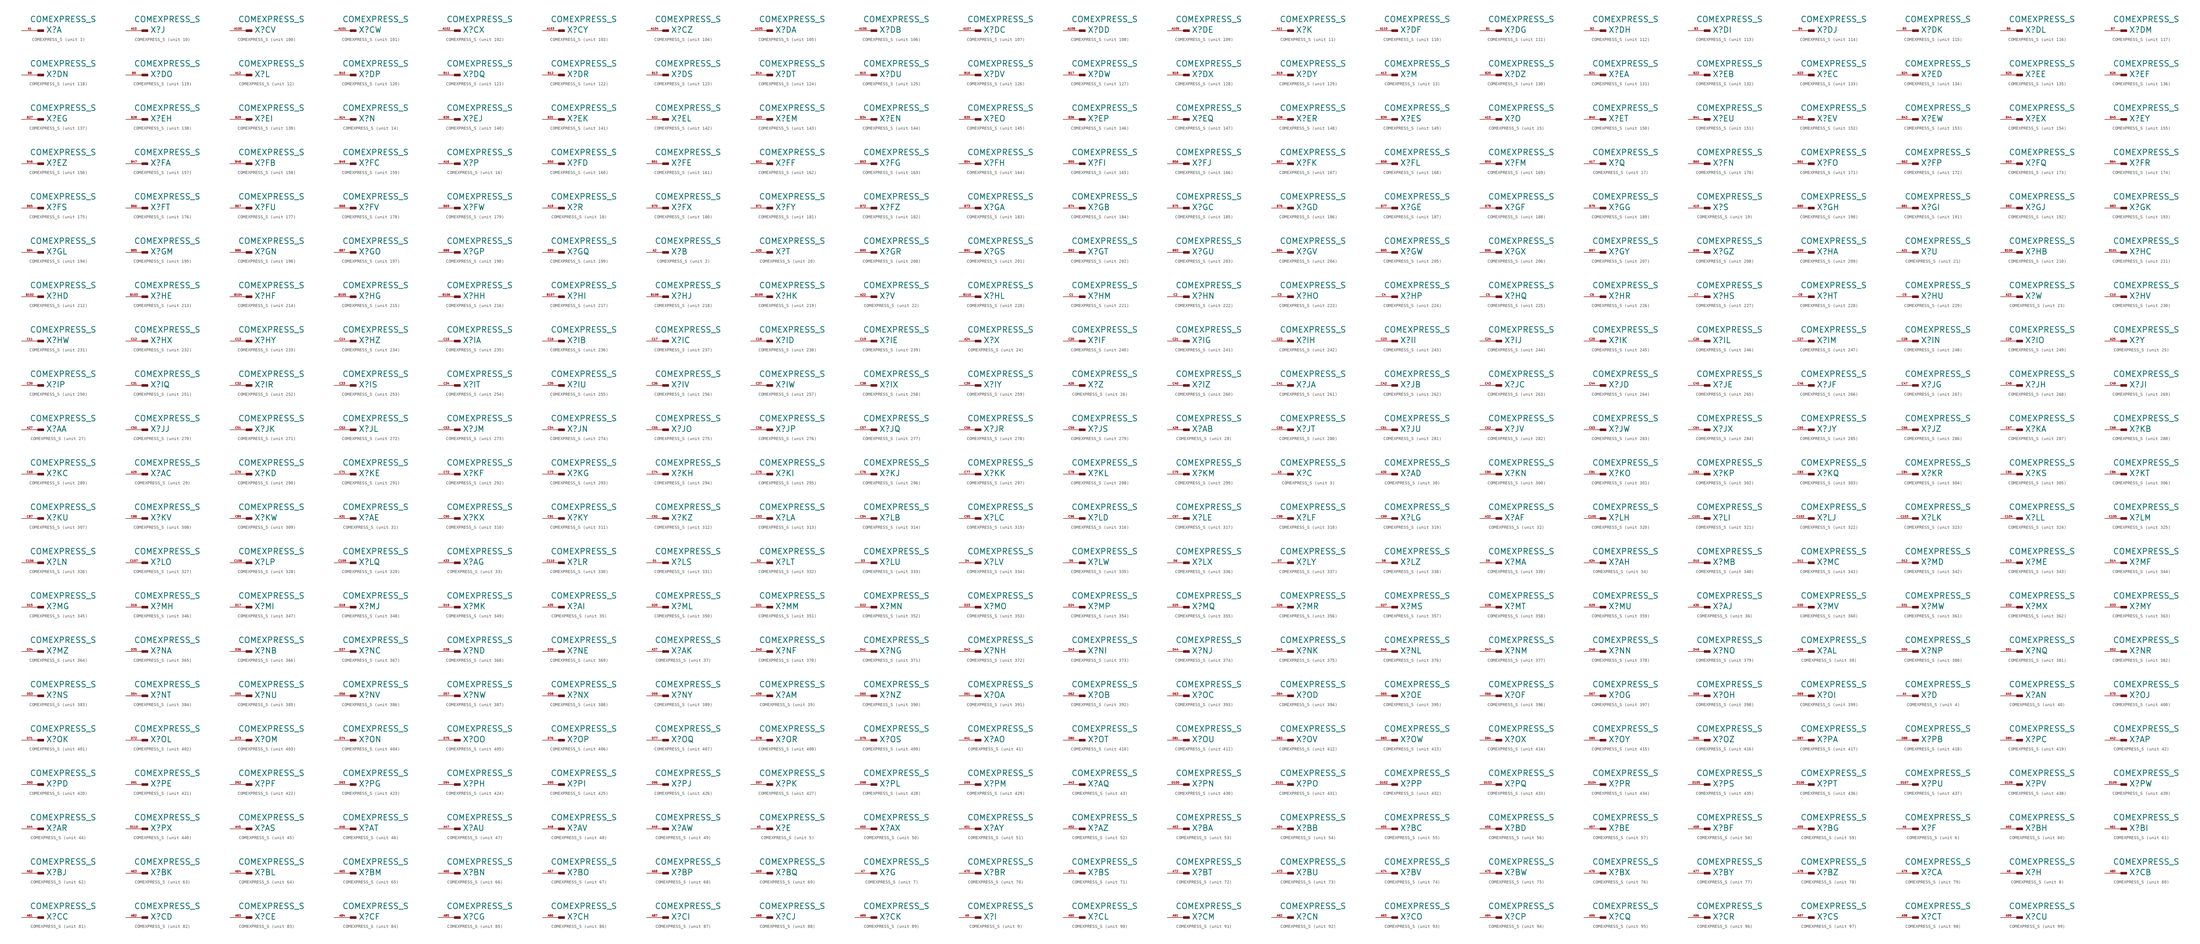
<source format=kicad_sym>
(kicad_symbol_lib
  (version 20220914)
  (generator Eagle2Kicad)
  (symbol "COMEXPRESS_S"
    (property "Reference" "X"
      (at 2.54 -0.762 0)
      (effects (font (size 1.778 1.778) (thickness 0.22)) (justify left bottom)))
    (property "Value" "COMEXPRESS_S"
      (at -2.54 2.54 0)
      (effects (font (size 1.778 1.778) (thickness 0.22)) (justify left bottom)))
    (symbol "COMEXPRESS_S_1_0"
      (rectangle (start 0 -0.254) (end 1.778 0.254) (stroke (width 0.3) (type default)) (fill (type outline)))
      (pin passive line (at -5.08 0 0) (length 5.08) (name "1" (effects (font (size 0.635 0.635) (thickness 0.08)) (justify left bottom))) (number "A1" (effects (font (size 0.635 0.635) (thickness 0.08)) (justify left bottom)))))
    (symbol "COMEXPRESS_S_2_0"
      (rectangle (start 0 -0.254) (end 1.778 0.254) (stroke (width 0.3) (type default)) (fill (type outline)))
      (pin passive line (at -5.08 0 0) (length 5.08) (name "1" (effects (font (size 0.635 0.635) (thickness 0.08)) (justify left bottom))) (number "A2" (effects (font (size 0.635 0.635) (thickness 0.08)) (justify left bottom)))))
    (symbol "COMEXPRESS_S_3_0"
      (rectangle (start 0 -0.254) (end 1.778 0.254) (stroke (width 0.3) (type default)) (fill (type outline)))
      (pin passive line (at -5.08 0 0) (length 5.08) (name "1" (effects (font (size 0.635 0.635) (thickness 0.08)) (justify left bottom))) (number "A3" (effects (font (size 0.635 0.635) (thickness 0.08)) (justify left bottom)))))
    (symbol "COMEXPRESS_S_4_0"
      (rectangle (start 0 -0.254) (end 1.778 0.254) (stroke (width 0.3) (type default)) (fill (type outline)))
      (pin passive line (at -5.08 0 0) (length 5.08) (name "1" (effects (font (size 0.635 0.635) (thickness 0.08)) (justify left bottom))) (number "A4" (effects (font (size 0.635 0.635) (thickness 0.08)) (justify left bottom)))))
    (symbol "COMEXPRESS_S_5_0"
      (rectangle (start 0 -0.254) (end 1.778 0.254) (stroke (width 0.3) (type default)) (fill (type outline)))
      (pin passive line (at -5.08 0 0) (length 5.08) (name "1" (effects (font (size 0.635 0.635) (thickness 0.08)) (justify left bottom))) (number "A5" (effects (font (size 0.635 0.635) (thickness 0.08)) (justify left bottom)))))
    (symbol "COMEXPRESS_S_6_0"
      (rectangle (start 0 -0.254) (end 1.778 0.254) (stroke (width 0.3) (type default)) (fill (type outline)))
      (pin passive line (at -5.08 0 0) (length 5.08) (name "1" (effects (font (size 0.635 0.635) (thickness 0.08)) (justify left bottom))) (number "A6" (effects (font (size 0.635 0.635) (thickness 0.08)) (justify left bottom)))))
    (symbol "COMEXPRESS_S_7_0"
      (rectangle (start 0 -0.254) (end 1.778 0.254) (stroke (width 0.3) (type default)) (fill (type outline)))
      (pin passive line (at -5.08 0 0) (length 5.08) (name "1" (effects (font (size 0.635 0.635) (thickness 0.08)) (justify left bottom))) (number "A7" (effects (font (size 0.635 0.635) (thickness 0.08)) (justify left bottom)))))
    (symbol "COMEXPRESS_S_8_0"
      (rectangle (start 0 -0.254) (end 1.778 0.254) (stroke (width 0.3) (type default)) (fill (type outline)))
      (pin passive line (at -5.08 0 0) (length 5.08) (name "1" (effects (font (size 0.635 0.635) (thickness 0.08)) (justify left bottom))) (number "A8" (effects (font (size 0.635 0.635) (thickness 0.08)) (justify left bottom)))))
    (symbol "COMEXPRESS_S_9_0"
      (rectangle (start 0 -0.254) (end 1.778 0.254) (stroke (width 0.3) (type default)) (fill (type outline)))
      (pin passive line (at -5.08 0 0) (length 5.08) (name "1" (effects (font (size 0.635 0.635) (thickness 0.08)) (justify left bottom))) (number "A9" (effects (font (size 0.635 0.635) (thickness 0.08)) (justify left bottom)))))
    (symbol "COMEXPRESS_S_10_0"
      (rectangle (start 0 -0.254) (end 1.778 0.254) (stroke (width 0.3) (type default)) (fill (type outline)))
      (pin passive line (at -5.08 0 0) (length 5.08) (name "1" (effects (font (size 0.635 0.635) (thickness 0.08)) (justify left bottom))) (number "A10" (effects (font (size 0.635 0.635) (thickness 0.08)) (justify left bottom)))))
    (symbol "COMEXPRESS_S_11_0"
      (rectangle (start 0 -0.254) (end 1.778 0.254) (stroke (width 0.3) (type default)) (fill (type outline)))
      (pin passive line (at -5.08 0 0) (length 5.08) (name "1" (effects (font (size 0.635 0.635) (thickness 0.08)) (justify left bottom))) (number "A11" (effects (font (size 0.635 0.635) (thickness 0.08)) (justify left bottom)))))
    (symbol "COMEXPRESS_S_12_0"
      (rectangle (start 0 -0.254) (end 1.778 0.254) (stroke (width 0.3) (type default)) (fill (type outline)))
      (pin passive line (at -5.08 0 0) (length 5.08) (name "1" (effects (font (size 0.635 0.635) (thickness 0.08)) (justify left bottom))) (number "A12" (effects (font (size 0.635 0.635) (thickness 0.08)) (justify left bottom)))))
    (symbol "COMEXPRESS_S_13_0"
      (rectangle (start 0 -0.254) (end 1.778 0.254) (stroke (width 0.3) (type default)) (fill (type outline)))
      (pin passive line (at -5.08 0 0) (length 5.08) (name "1" (effects (font (size 0.635 0.635) (thickness 0.08)) (justify left bottom))) (number "A13" (effects (font (size 0.635 0.635) (thickness 0.08)) (justify left bottom)))))
    (symbol "COMEXPRESS_S_14_0"
      (rectangle (start 0 -0.254) (end 1.778 0.254) (stroke (width 0.3) (type default)) (fill (type outline)))
      (pin passive line (at -5.08 0 0) (length 5.08) (name "1" (effects (font (size 0.635 0.635) (thickness 0.08)) (justify left bottom))) (number "A14" (effects (font (size 0.635 0.635) (thickness 0.08)) (justify left bottom)))))
    (symbol "COMEXPRESS_S_15_0"
      (rectangle (start 0 -0.254) (end 1.778 0.254) (stroke (width 0.3) (type default)) (fill (type outline)))
      (pin passive line (at -5.08 0 0) (length 5.08) (name "1" (effects (font (size 0.635 0.635) (thickness 0.08)) (justify left bottom))) (number "A15" (effects (font (size 0.635 0.635) (thickness 0.08)) (justify left bottom)))))
    (symbol "COMEXPRESS_S_16_0"
      (rectangle (start 0 -0.254) (end 1.778 0.254) (stroke (width 0.3) (type default)) (fill (type outline)))
      (pin passive line (at -5.08 0 0) (length 5.08) (name "1" (effects (font (size 0.635 0.635) (thickness 0.08)) (justify left bottom))) (number "A16" (effects (font (size 0.635 0.635) (thickness 0.08)) (justify left bottom)))))
    (symbol "COMEXPRESS_S_17_0"
      (rectangle (start 0 -0.254) (end 1.778 0.254) (stroke (width 0.3) (type default)) (fill (type outline)))
      (pin passive line (at -5.08 0 0) (length 5.08) (name "1" (effects (font (size 0.635 0.635) (thickness 0.08)) (justify left bottom))) (number "A17" (effects (font (size 0.635 0.635) (thickness 0.08)) (justify left bottom)))))
    (symbol "COMEXPRESS_S_18_0"
      (rectangle (start 0 -0.254) (end 1.778 0.254) (stroke (width 0.3) (type default)) (fill (type outline)))
      (pin passive line (at -5.08 0 0) (length 5.08) (name "1" (effects (font (size 0.635 0.635) (thickness 0.08)) (justify left bottom))) (number "A18" (effects (font (size 0.635 0.635) (thickness 0.08)) (justify left bottom)))))
    (symbol "COMEXPRESS_S_19_0"
      (rectangle (start 0 -0.254) (end 1.778 0.254) (stroke (width 0.3) (type default)) (fill (type outline)))
      (pin passive line (at -5.08 0 0) (length 5.08) (name "1" (effects (font (size 0.635 0.635) (thickness 0.08)) (justify left bottom))) (number "A19" (effects (font (size 0.635 0.635) (thickness 0.08)) (justify left bottom)))))
    (symbol "COMEXPRESS_S_20_0"
      (rectangle (start 0 -0.254) (end 1.778 0.254) (stroke (width 0.3) (type default)) (fill (type outline)))
      (pin passive line (at -5.08 0 0) (length 5.08) (name "1" (effects (font (size 0.635 0.635) (thickness 0.08)) (justify left bottom))) (number "A20" (effects (font (size 0.635 0.635) (thickness 0.08)) (justify left bottom)))))
    (symbol "COMEXPRESS_S_21_0"
      (rectangle (start 0 -0.254) (end 1.778 0.254) (stroke (width 0.3) (type default)) (fill (type outline)))
      (pin passive line (at -5.08 0 0) (length 5.08) (name "1" (effects (font (size 0.635 0.635) (thickness 0.08)) (justify left bottom))) (number "A21" (effects (font (size 0.635 0.635) (thickness 0.08)) (justify left bottom)))))
    (symbol "COMEXPRESS_S_22_0"
      (rectangle (start 0 -0.254) (end 1.778 0.254) (stroke (width 0.3) (type default)) (fill (type outline)))
      (pin passive line (at -5.08 0 0) (length 5.08) (name "1" (effects (font (size 0.635 0.635) (thickness 0.08)) (justify left bottom))) (number "A22" (effects (font (size 0.635 0.635) (thickness 0.08)) (justify left bottom)))))
    (symbol "COMEXPRESS_S_23_0"
      (rectangle (start 0 -0.254) (end 1.778 0.254) (stroke (width 0.3) (type default)) (fill (type outline)))
      (pin passive line (at -5.08 0 0) (length 5.08) (name "1" (effects (font (size 0.635 0.635) (thickness 0.08)) (justify left bottom))) (number "A23" (effects (font (size 0.635 0.635) (thickness 0.08)) (justify left bottom)))))
    (symbol "COMEXPRESS_S_24_0"
      (rectangle (start 0 -0.254) (end 1.778 0.254) (stroke (width 0.3) (type default)) (fill (type outline)))
      (pin passive line (at -5.08 0 0) (length 5.08) (name "1" (effects (font (size 0.635 0.635) (thickness 0.08)) (justify left bottom))) (number "A24" (effects (font (size 0.635 0.635) (thickness 0.08)) (justify left bottom)))))
    (symbol "COMEXPRESS_S_25_0"
      (rectangle (start 0 -0.254) (end 1.778 0.254) (stroke (width 0.3) (type default)) (fill (type outline)))
      (pin passive line (at -5.08 0 0) (length 5.08) (name "1" (effects (font (size 0.635 0.635) (thickness 0.08)) (justify left bottom))) (number "A25" (effects (font (size 0.635 0.635) (thickness 0.08)) (justify left bottom)))))
    (symbol "COMEXPRESS_S_26_0"
      (rectangle (start 0 -0.254) (end 1.778 0.254) (stroke (width 0.3) (type default)) (fill (type outline)))
      (pin passive line (at -5.08 0 0) (length 5.08) (name "1" (effects (font (size 0.635 0.635) (thickness 0.08)) (justify left bottom))) (number "A26" (effects (font (size 0.635 0.635) (thickness 0.08)) (justify left bottom)))))
    (symbol "COMEXPRESS_S_27_0"
      (rectangle (start 0 -0.254) (end 1.778 0.254) (stroke (width 0.3) (type default)) (fill (type outline)))
      (pin passive line (at -5.08 0 0) (length 5.08) (name "1" (effects (font (size 0.635 0.635) (thickness 0.08)) (justify left bottom))) (number "A27" (effects (font (size 0.635 0.635) (thickness 0.08)) (justify left bottom)))))
    (symbol "COMEXPRESS_S_28_0"
      (rectangle (start 0 -0.254) (end 1.778 0.254) (stroke (width 0.3) (type default)) (fill (type outline)))
      (pin passive line (at -5.08 0 0) (length 5.08) (name "1" (effects (font (size 0.635 0.635) (thickness 0.08)) (justify left bottom))) (number "A28" (effects (font (size 0.635 0.635) (thickness 0.08)) (justify left bottom)))))
    (symbol "COMEXPRESS_S_29_0"
      (rectangle (start 0 -0.254) (end 1.778 0.254) (stroke (width 0.3) (type default)) (fill (type outline)))
      (pin passive line (at -5.08 0 0) (length 5.08) (name "1" (effects (font (size 0.635 0.635) (thickness 0.08)) (justify left bottom))) (number "A29" (effects (font (size 0.635 0.635) (thickness 0.08)) (justify left bottom)))))
    (symbol "COMEXPRESS_S_30_0"
      (rectangle (start 0 -0.254) (end 1.778 0.254) (stroke (width 0.3) (type default)) (fill (type outline)))
      (pin passive line (at -5.08 0 0) (length 5.08) (name "1" (effects (font (size 0.635 0.635) (thickness 0.08)) (justify left bottom))) (number "A30" (effects (font (size 0.635 0.635) (thickness 0.08)) (justify left bottom)))))
    (symbol "COMEXPRESS_S_31_0"
      (rectangle (start 0 -0.254) (end 1.778 0.254) (stroke (width 0.3) (type default)) (fill (type outline)))
      (pin passive line (at -5.08 0 0) (length 5.08) (name "1" (effects (font (size 0.635 0.635) (thickness 0.08)) (justify left bottom))) (number "A31" (effects (font (size 0.635 0.635) (thickness 0.08)) (justify left bottom)))))
    (symbol "COMEXPRESS_S_32_0"
      (rectangle (start 0 -0.254) (end 1.778 0.254) (stroke (width 0.3) (type default)) (fill (type outline)))
      (pin passive line (at -5.08 0 0) (length 5.08) (name "1" (effects (font (size 0.635 0.635) (thickness 0.08)) (justify left bottom))) (number "A32" (effects (font (size 0.635 0.635) (thickness 0.08)) (justify left bottom)))))
    (symbol "COMEXPRESS_S_33_0"
      (rectangle (start 0 -0.254) (end 1.778 0.254) (stroke (width 0.3) (type default)) (fill (type outline)))
      (pin passive line (at -5.08 0 0) (length 5.08) (name "1" (effects (font (size 0.635 0.635) (thickness 0.08)) (justify left bottom))) (number "A33" (effects (font (size 0.635 0.635) (thickness 0.08)) (justify left bottom)))))
    (symbol "COMEXPRESS_S_34_0"
      (rectangle (start 0 -0.254) (end 1.778 0.254) (stroke (width 0.3) (type default)) (fill (type outline)))
      (pin passive line (at -5.08 0 0) (length 5.08) (name "1" (effects (font (size 0.635 0.635) (thickness 0.08)) (justify left bottom))) (number "A34" (effects (font (size 0.635 0.635) (thickness 0.08)) (justify left bottom)))))
    (symbol "COMEXPRESS_S_35_0"
      (rectangle (start 0 -0.254) (end 1.778 0.254) (stroke (width 0.3) (type default)) (fill (type outline)))
      (pin passive line (at -5.08 0 0) (length 5.08) (name "1" (effects (font (size 0.635 0.635) (thickness 0.08)) (justify left bottom))) (number "A35" (effects (font (size 0.635 0.635) (thickness 0.08)) (justify left bottom)))))
    (symbol "COMEXPRESS_S_36_0"
      (rectangle (start 0 -0.254) (end 1.778 0.254) (stroke (width 0.3) (type default)) (fill (type outline)))
      (pin passive line (at -5.08 0 0) (length 5.08) (name "1" (effects (font (size 0.635 0.635) (thickness 0.08)) (justify left bottom))) (number "A36" (effects (font (size 0.635 0.635) (thickness 0.08)) (justify left bottom)))))
    (symbol "COMEXPRESS_S_37_0"
      (rectangle (start 0 -0.254) (end 1.778 0.254) (stroke (width 0.3) (type default)) (fill (type outline)))
      (pin passive line (at -5.08 0 0) (length 5.08) (name "1" (effects (font (size 0.635 0.635) (thickness 0.08)) (justify left bottom))) (number "A37" (effects (font (size 0.635 0.635) (thickness 0.08)) (justify left bottom)))))
    (symbol "COMEXPRESS_S_38_0"
      (rectangle (start 0 -0.254) (end 1.778 0.254) (stroke (width 0.3) (type default)) (fill (type outline)))
      (pin passive line (at -5.08 0 0) (length 5.08) (name "1" (effects (font (size 0.635 0.635) (thickness 0.08)) (justify left bottom))) (number "A38" (effects (font (size 0.635 0.635) (thickness 0.08)) (justify left bottom)))))
    (symbol "COMEXPRESS_S_39_0"
      (rectangle (start 0 -0.254) (end 1.778 0.254) (stroke (width 0.3) (type default)) (fill (type outline)))
      (pin passive line (at -5.08 0 0) (length 5.08) (name "1" (effects (font (size 0.635 0.635) (thickness 0.08)) (justify left bottom))) (number "A39" (effects (font (size 0.635 0.635) (thickness 0.08)) (justify left bottom)))))
    (symbol "COMEXPRESS_S_40_0"
      (rectangle (start 0 -0.254) (end 1.778 0.254) (stroke (width 0.3) (type default)) (fill (type outline)))
      (pin passive line (at -5.08 0 0) (length 5.08) (name "1" (effects (font (size 0.635 0.635) (thickness 0.08)) (justify left bottom))) (number "A40" (effects (font (size 0.635 0.635) (thickness 0.08)) (justify left bottom)))))
    (symbol "COMEXPRESS_S_41_0"
      (rectangle (start 0 -0.254) (end 1.778 0.254) (stroke (width 0.3) (type default)) (fill (type outline)))
      (pin passive line (at -5.08 0 0) (length 5.08) (name "1" (effects (font (size 0.635 0.635) (thickness 0.08)) (justify left bottom))) (number "A41" (effects (font (size 0.635 0.635) (thickness 0.08)) (justify left bottom)))))
    (symbol "COMEXPRESS_S_42_0"
      (rectangle (start 0 -0.254) (end 1.778 0.254) (stroke (width 0.3) (type default)) (fill (type outline)))
      (pin passive line (at -5.08 0 0) (length 5.08) (name "1" (effects (font (size 0.635 0.635) (thickness 0.08)) (justify left bottom))) (number "A42" (effects (font (size 0.635 0.635) (thickness 0.08)) (justify left bottom)))))
    (symbol "COMEXPRESS_S_43_0"
      (rectangle (start 0 -0.254) (end 1.778 0.254) (stroke (width 0.3) (type default)) (fill (type outline)))
      (pin passive line (at -5.08 0 0) (length 5.08) (name "1" (effects (font (size 0.635 0.635) (thickness 0.08)) (justify left bottom))) (number "A43" (effects (font (size 0.635 0.635) (thickness 0.08)) (justify left bottom)))))
    (symbol "COMEXPRESS_S_44_0"
      (rectangle (start 0 -0.254) (end 1.778 0.254) (stroke (width 0.3) (type default)) (fill (type outline)))
      (pin passive line (at -5.08 0 0) (length 5.08) (name "1" (effects (font (size 0.635 0.635) (thickness 0.08)) (justify left bottom))) (number "A44" (effects (font (size 0.635 0.635) (thickness 0.08)) (justify left bottom)))))
    (symbol "COMEXPRESS_S_45_0"
      (rectangle (start 0 -0.254) (end 1.778 0.254) (stroke (width 0.3) (type default)) (fill (type outline)))
      (pin passive line (at -5.08 0 0) (length 5.08) (name "1" (effects (font (size 0.635 0.635) (thickness 0.08)) (justify left bottom))) (number "A45" (effects (font (size 0.635 0.635) (thickness 0.08)) (justify left bottom)))))
    (symbol "COMEXPRESS_S_46_0"
      (rectangle (start 0 -0.254) (end 1.778 0.254) (stroke (width 0.3) (type default)) (fill (type outline)))
      (pin passive line (at -5.08 0 0) (length 5.08) (name "1" (effects (font (size 0.635 0.635) (thickness 0.08)) (justify left bottom))) (number "A46" (effects (font (size 0.635 0.635) (thickness 0.08)) (justify left bottom)))))
    (symbol "COMEXPRESS_S_47_0"
      (rectangle (start 0 -0.254) (end 1.778 0.254) (stroke (width 0.3) (type default)) (fill (type outline)))
      (pin passive line (at -5.08 0 0) (length 5.08) (name "1" (effects (font (size 0.635 0.635) (thickness 0.08)) (justify left bottom))) (number "A47" (effects (font (size 0.635 0.635) (thickness 0.08)) (justify left bottom)))))
    (symbol "COMEXPRESS_S_48_0"
      (rectangle (start 0 -0.254) (end 1.778 0.254) (stroke (width 0.3) (type default)) (fill (type outline)))
      (pin passive line (at -5.08 0 0) (length 5.08) (name "1" (effects (font (size 0.635 0.635) (thickness 0.08)) (justify left bottom))) (number "A48" (effects (font (size 0.635 0.635) (thickness 0.08)) (justify left bottom)))))
    (symbol "COMEXPRESS_S_49_0"
      (rectangle (start 0 -0.254) (end 1.778 0.254) (stroke (width 0.3) (type default)) (fill (type outline)))
      (pin passive line (at -5.08 0 0) (length 5.08) (name "1" (effects (font (size 0.635 0.635) (thickness 0.08)) (justify left bottom))) (number "A49" (effects (font (size 0.635 0.635) (thickness 0.08)) (justify left bottom)))))
    (symbol "COMEXPRESS_S_50_0"
      (rectangle (start 0 -0.254) (end 1.778 0.254) (stroke (width 0.3) (type default)) (fill (type outline)))
      (pin passive line (at -5.08 0 0) (length 5.08) (name "1" (effects (font (size 0.635 0.635) (thickness 0.08)) (justify left bottom))) (number "A50" (effects (font (size 0.635 0.635) (thickness 0.08)) (justify left bottom)))))
    (symbol "COMEXPRESS_S_51_0"
      (rectangle (start 0 -0.254) (end 1.778 0.254) (stroke (width 0.3) (type default)) (fill (type outline)))
      (pin passive line (at -5.08 0 0) (length 5.08) (name "1" (effects (font (size 0.635 0.635) (thickness 0.08)) (justify left bottom))) (number "A51" (effects (font (size 0.635 0.635) (thickness 0.08)) (justify left bottom)))))
    (symbol "COMEXPRESS_S_52_0"
      (rectangle (start 0 -0.254) (end 1.778 0.254) (stroke (width 0.3) (type default)) (fill (type outline)))
      (pin passive line (at -5.08 0 0) (length 5.08) (name "1" (effects (font (size 0.635 0.635) (thickness 0.08)) (justify left bottom))) (number "A52" (effects (font (size 0.635 0.635) (thickness 0.08)) (justify left bottom)))))
    (symbol "COMEXPRESS_S_53_0"
      (rectangle (start 0 -0.254) (end 1.778 0.254) (stroke (width 0.3) (type default)) (fill (type outline)))
      (pin passive line (at -5.08 0 0) (length 5.08) (name "1" (effects (font (size 0.635 0.635) (thickness 0.08)) (justify left bottom))) (number "A53" (effects (font (size 0.635 0.635) (thickness 0.08)) (justify left bottom)))))
    (symbol "COMEXPRESS_S_54_0"
      (rectangle (start 0 -0.254) (end 1.778 0.254) (stroke (width 0.3) (type default)) (fill (type outline)))
      (pin passive line (at -5.08 0 0) (length 5.08) (name "1" (effects (font (size 0.635 0.635) (thickness 0.08)) (justify left bottom))) (number "A54" (effects (font (size 0.635 0.635) (thickness 0.08)) (justify left bottom)))))
    (symbol "COMEXPRESS_S_55_0"
      (rectangle (start 0 -0.254) (end 1.778 0.254) (stroke (width 0.3) (type default)) (fill (type outline)))
      (pin passive line (at -5.08 0 0) (length 5.08) (name "1" (effects (font (size 0.635 0.635) (thickness 0.08)) (justify left bottom))) (number "A55" (effects (font (size 0.635 0.635) (thickness 0.08)) (justify left bottom)))))
    (symbol "COMEXPRESS_S_56_0"
      (rectangle (start 0 -0.254) (end 1.778 0.254) (stroke (width 0.3) (type default)) (fill (type outline)))
      (pin passive line (at -5.08 0 0) (length 5.08) (name "1" (effects (font (size 0.635 0.635) (thickness 0.08)) (justify left bottom))) (number "A56" (effects (font (size 0.635 0.635) (thickness 0.08)) (justify left bottom)))))
    (symbol "COMEXPRESS_S_57_0"
      (rectangle (start 0 -0.254) (end 1.778 0.254) (stroke (width 0.3) (type default)) (fill (type outline)))
      (pin passive line (at -5.08 0 0) (length 5.08) (name "1" (effects (font (size 0.635 0.635) (thickness 0.08)) (justify left bottom))) (number "A57" (effects (font (size 0.635 0.635) (thickness 0.08)) (justify left bottom)))))
    (symbol "COMEXPRESS_S_58_0"
      (rectangle (start 0 -0.254) (end 1.778 0.254) (stroke (width 0.3) (type default)) (fill (type outline)))
      (pin passive line (at -5.08 0 0) (length 5.08) (name "1" (effects (font (size 0.635 0.635) (thickness 0.08)) (justify left bottom))) (number "A58" (effects (font (size 0.635 0.635) (thickness 0.08)) (justify left bottom)))))
    (symbol "COMEXPRESS_S_59_0"
      (rectangle (start 0 -0.254) (end 1.778 0.254) (stroke (width 0.3) (type default)) (fill (type outline)))
      (pin passive line (at -5.08 0 0) (length 5.08) (name "1" (effects (font (size 0.635 0.635) (thickness 0.08)) (justify left bottom))) (number "A59" (effects (font (size 0.635 0.635) (thickness 0.08)) (justify left bottom)))))
    (symbol "COMEXPRESS_S_60_0"
      (rectangle (start 0 -0.254) (end 1.778 0.254) (stroke (width 0.3) (type default)) (fill (type outline)))
      (pin passive line (at -5.08 0 0) (length 5.08) (name "1" (effects (font (size 0.635 0.635) (thickness 0.08)) (justify left bottom))) (number "A60" (effects (font (size 0.635 0.635) (thickness 0.08)) (justify left bottom)))))
    (symbol "COMEXPRESS_S_61_0"
      (rectangle (start 0 -0.254) (end 1.778 0.254) (stroke (width 0.3) (type default)) (fill (type outline)))
      (pin passive line (at -5.08 0 0) (length 5.08) (name "1" (effects (font (size 0.635 0.635) (thickness 0.08)) (justify left bottom))) (number "A61" (effects (font (size 0.635 0.635) (thickness 0.08)) (justify left bottom)))))
    (symbol "COMEXPRESS_S_62_0"
      (rectangle (start 0 -0.254) (end 1.778 0.254) (stroke (width 0.3) (type default)) (fill (type outline)))
      (pin passive line (at -5.08 0 0) (length 5.08) (name "1" (effects (font (size 0.635 0.635) (thickness 0.08)) (justify left bottom))) (number "A62" (effects (font (size 0.635 0.635) (thickness 0.08)) (justify left bottom)))))
    (symbol "COMEXPRESS_S_63_0"
      (rectangle (start 0 -0.254) (end 1.778 0.254) (stroke (width 0.3) (type default)) (fill (type outline)))
      (pin passive line (at -5.08 0 0) (length 5.08) (name "1" (effects (font (size 0.635 0.635) (thickness 0.08)) (justify left bottom))) (number "A63" (effects (font (size 0.635 0.635) (thickness 0.08)) (justify left bottom)))))
    (symbol "COMEXPRESS_S_64_0"
      (rectangle (start 0 -0.254) (end 1.778 0.254) (stroke (width 0.3) (type default)) (fill (type outline)))
      (pin passive line (at -5.08 0 0) (length 5.08) (name "1" (effects (font (size 0.635 0.635) (thickness 0.08)) (justify left bottom))) (number "A64" (effects (font (size 0.635 0.635) (thickness 0.08)) (justify left bottom)))))
    (symbol "COMEXPRESS_S_65_0"
      (rectangle (start 0 -0.254) (end 1.778 0.254) (stroke (width 0.3) (type default)) (fill (type outline)))
      (pin passive line (at -5.08 0 0) (length 5.08) (name "1" (effects (font (size 0.635 0.635) (thickness 0.08)) (justify left bottom))) (number "A65" (effects (font (size 0.635 0.635) (thickness 0.08)) (justify left bottom)))))
    (symbol "COMEXPRESS_S_66_0"
      (rectangle (start 0 -0.254) (end 1.778 0.254) (stroke (width 0.3) (type default)) (fill (type outline)))
      (pin passive line (at -5.08 0 0) (length 5.08) (name "1" (effects (font (size 0.635 0.635) (thickness 0.08)) (justify left bottom))) (number "A66" (effects (font (size 0.635 0.635) (thickness 0.08)) (justify left bottom)))))
    (symbol "COMEXPRESS_S_67_0"
      (rectangle (start 0 -0.254) (end 1.778 0.254) (stroke (width 0.3) (type default)) (fill (type outline)))
      (pin passive line (at -5.08 0 0) (length 5.08) (name "1" (effects (font (size 0.635 0.635) (thickness 0.08)) (justify left bottom))) (number "A67" (effects (font (size 0.635 0.635) (thickness 0.08)) (justify left bottom)))))
    (symbol "COMEXPRESS_S_68_0"
      (rectangle (start 0 -0.254) (end 1.778 0.254) (stroke (width 0.3) (type default)) (fill (type outline)))
      (pin passive line (at -5.08 0 0) (length 5.08) (name "1" (effects (font (size 0.635 0.635) (thickness 0.08)) (justify left bottom))) (number "A68" (effects (font (size 0.635 0.635) (thickness 0.08)) (justify left bottom)))))
    (symbol "COMEXPRESS_S_69_0"
      (rectangle (start 0 -0.254) (end 1.778 0.254) (stroke (width 0.3) (type default)) (fill (type outline)))
      (pin passive line (at -5.08 0 0) (length 5.08) (name "1" (effects (font (size 0.635 0.635) (thickness 0.08)) (justify left bottom))) (number "A69" (effects (font (size 0.635 0.635) (thickness 0.08)) (justify left bottom)))))
    (symbol "COMEXPRESS_S_70_0"
      (rectangle (start 0 -0.254) (end 1.778 0.254) (stroke (width 0.3) (type default)) (fill (type outline)))
      (pin passive line (at -5.08 0 0) (length 5.08) (name "1" (effects (font (size 0.635 0.635) (thickness 0.08)) (justify left bottom))) (number "A70" (effects (font (size 0.635 0.635) (thickness 0.08)) (justify left bottom)))))
    (symbol "COMEXPRESS_S_71_0"
      (rectangle (start 0 -0.254) (end 1.778 0.254) (stroke (width 0.3) (type default)) (fill (type outline)))
      (pin passive line (at -5.08 0 0) (length 5.08) (name "1" (effects (font (size 0.635 0.635) (thickness 0.08)) (justify left bottom))) (number "A71" (effects (font (size 0.635 0.635) (thickness 0.08)) (justify left bottom)))))
    (symbol "COMEXPRESS_S_72_0"
      (rectangle (start 0 -0.254) (end 1.778 0.254) (stroke (width 0.3) (type default)) (fill (type outline)))
      (pin passive line (at -5.08 0 0) (length 5.08) (name "1" (effects (font (size 0.635 0.635) (thickness 0.08)) (justify left bottom))) (number "A72" (effects (font (size 0.635 0.635) (thickness 0.08)) (justify left bottom)))))
    (symbol "COMEXPRESS_S_73_0"
      (rectangle (start 0 -0.254) (end 1.778 0.254) (stroke (width 0.3) (type default)) (fill (type outline)))
      (pin passive line (at -5.08 0 0) (length 5.08) (name "1" (effects (font (size 0.635 0.635) (thickness 0.08)) (justify left bottom))) (number "A73" (effects (font (size 0.635 0.635) (thickness 0.08)) (justify left bottom)))))
    (symbol "COMEXPRESS_S_74_0"
      (rectangle (start 0 -0.254) (end 1.778 0.254) (stroke (width 0.3) (type default)) (fill (type outline)))
      (pin passive line (at -5.08 0 0) (length 5.08) (name "1" (effects (font (size 0.635 0.635) (thickness 0.08)) (justify left bottom))) (number "A74" (effects (font (size 0.635 0.635) (thickness 0.08)) (justify left bottom)))))
    (symbol "COMEXPRESS_S_75_0"
      (rectangle (start 0 -0.254) (end 1.778 0.254) (stroke (width 0.3) (type default)) (fill (type outline)))
      (pin passive line (at -5.08 0 0) (length 5.08) (name "1" (effects (font (size 0.635 0.635) (thickness 0.08)) (justify left bottom))) (number "A75" (effects (font (size 0.635 0.635) (thickness 0.08)) (justify left bottom)))))
    (symbol "COMEXPRESS_S_76_0"
      (rectangle (start 0 -0.254) (end 1.778 0.254) (stroke (width 0.3) (type default)) (fill (type outline)))
      (pin passive line (at -5.08 0 0) (length 5.08) (name "1" (effects (font (size 0.635 0.635) (thickness 0.08)) (justify left bottom))) (number "A76" (effects (font (size 0.635 0.635) (thickness 0.08)) (justify left bottom)))))
    (symbol "COMEXPRESS_S_77_0"
      (rectangle (start 0 -0.254) (end 1.778 0.254) (stroke (width 0.3) (type default)) (fill (type outline)))
      (pin passive line (at -5.08 0 0) (length 5.08) (name "1" (effects (font (size 0.635 0.635) (thickness 0.08)) (justify left bottom))) (number "A77" (effects (font (size 0.635 0.635) (thickness 0.08)) (justify left bottom)))))
    (symbol "COMEXPRESS_S_78_0"
      (rectangle (start 0 -0.254) (end 1.778 0.254) (stroke (width 0.3) (type default)) (fill (type outline)))
      (pin passive line (at -5.08 0 0) (length 5.08) (name "1" (effects (font (size 0.635 0.635) (thickness 0.08)) (justify left bottom))) (number "A78" (effects (font (size 0.635 0.635) (thickness 0.08)) (justify left bottom)))))
    (symbol "COMEXPRESS_S_79_0"
      (rectangle (start 0 -0.254) (end 1.778 0.254) (stroke (width 0.3) (type default)) (fill (type outline)))
      (pin passive line (at -5.08 0 0) (length 5.08) (name "1" (effects (font (size 0.635 0.635) (thickness 0.08)) (justify left bottom))) (number "A79" (effects (font (size 0.635 0.635) (thickness 0.08)) (justify left bottom)))))
    (symbol "COMEXPRESS_S_80_0"
      (rectangle (start 0 -0.254) (end 1.778 0.254) (stroke (width 0.3) (type default)) (fill (type outline)))
      (pin passive line (at -5.08 0 0) (length 5.08) (name "1" (effects (font (size 0.635 0.635) (thickness 0.08)) (justify left bottom))) (number "A80" (effects (font (size 0.635 0.635) (thickness 0.08)) (justify left bottom)))))
    (symbol "COMEXPRESS_S_81_0"
      (rectangle (start 0 -0.254) (end 1.778 0.254) (stroke (width 0.3) (type default)) (fill (type outline)))
      (pin passive line (at -5.08 0 0) (length 5.08) (name "1" (effects (font (size 0.635 0.635) (thickness 0.08)) (justify left bottom))) (number "A81" (effects (font (size 0.635 0.635) (thickness 0.08)) (justify left bottom)))))
    (symbol "COMEXPRESS_S_82_0"
      (rectangle (start 0 -0.254) (end 1.778 0.254) (stroke (width 0.3) (type default)) (fill (type outline)))
      (pin passive line (at -5.08 0 0) (length 5.08) (name "1" (effects (font (size 0.635 0.635) (thickness 0.08)) (justify left bottom))) (number "A82" (effects (font (size 0.635 0.635) (thickness 0.08)) (justify left bottom)))))
    (symbol "COMEXPRESS_S_83_0"
      (rectangle (start 0 -0.254) (end 1.778 0.254) (stroke (width 0.3) (type default)) (fill (type outline)))
      (pin passive line (at -5.08 0 0) (length 5.08) (name "1" (effects (font (size 0.635 0.635) (thickness 0.08)) (justify left bottom))) (number "A83" (effects (font (size 0.635 0.635) (thickness 0.08)) (justify left bottom)))))
    (symbol "COMEXPRESS_S_84_0"
      (rectangle (start 0 -0.254) (end 1.778 0.254) (stroke (width 0.3) (type default)) (fill (type outline)))
      (pin passive line (at -5.08 0 0) (length 5.08) (name "1" (effects (font (size 0.635 0.635) (thickness 0.08)) (justify left bottom))) (number "A84" (effects (font (size 0.635 0.635) (thickness 0.08)) (justify left bottom)))))
    (symbol "COMEXPRESS_S_85_0"
      (rectangle (start 0 -0.254) (end 1.778 0.254) (stroke (width 0.3) (type default)) (fill (type outline)))
      (pin passive line (at -5.08 0 0) (length 5.08) (name "1" (effects (font (size 0.635 0.635) (thickness 0.08)) (justify left bottom))) (number "A85" (effects (font (size 0.635 0.635) (thickness 0.08)) (justify left bottom)))))
    (symbol "COMEXPRESS_S_86_0"
      (rectangle (start 0 -0.254) (end 1.778 0.254) (stroke (width 0.3) (type default)) (fill (type outline)))
      (pin passive line (at -5.08 0 0) (length 5.08) (name "1" (effects (font (size 0.635 0.635) (thickness 0.08)) (justify left bottom))) (number "A86" (effects (font (size 0.635 0.635) (thickness 0.08)) (justify left bottom)))))
    (symbol "COMEXPRESS_S_87_0"
      (rectangle (start 0 -0.254) (end 1.778 0.254) (stroke (width 0.3) (type default)) (fill (type outline)))
      (pin passive line (at -5.08 0 0) (length 5.08) (name "1" (effects (font (size 0.635 0.635) (thickness 0.08)) (justify left bottom))) (number "A87" (effects (font (size 0.635 0.635) (thickness 0.08)) (justify left bottom)))))
    (symbol "COMEXPRESS_S_88_0"
      (rectangle (start 0 -0.254) (end 1.778 0.254) (stroke (width 0.3) (type default)) (fill (type outline)))
      (pin passive line (at -5.08 0 0) (length 5.08) (name "1" (effects (font (size 0.635 0.635) (thickness 0.08)) (justify left bottom))) (number "A88" (effects (font (size 0.635 0.635) (thickness 0.08)) (justify left bottom)))))
    (symbol "COMEXPRESS_S_89_0"
      (rectangle (start 0 -0.254) (end 1.778 0.254) (stroke (width 0.3) (type default)) (fill (type outline)))
      (pin passive line (at -5.08 0 0) (length 5.08) (name "1" (effects (font (size 0.635 0.635) (thickness 0.08)) (justify left bottom))) (number "A89" (effects (font (size 0.635 0.635) (thickness 0.08)) (justify left bottom)))))
    (symbol "COMEXPRESS_S_90_0"
      (rectangle (start 0 -0.254) (end 1.778 0.254) (stroke (width 0.3) (type default)) (fill (type outline)))
      (pin passive line (at -5.08 0 0) (length 5.08) (name "1" (effects (font (size 0.635 0.635) (thickness 0.08)) (justify left bottom))) (number "A90" (effects (font (size 0.635 0.635) (thickness 0.08)) (justify left bottom)))))
    (symbol "COMEXPRESS_S_91_0"
      (rectangle (start 0 -0.254) (end 1.778 0.254) (stroke (width 0.3) (type default)) (fill (type outline)))
      (pin passive line (at -5.08 0 0) (length 5.08) (name "1" (effects (font (size 0.635 0.635) (thickness 0.08)) (justify left bottom))) (number "A91" (effects (font (size 0.635 0.635) (thickness 0.08)) (justify left bottom)))))
    (symbol "COMEXPRESS_S_92_0"
      (rectangle (start 0 -0.254) (end 1.778 0.254) (stroke (width 0.3) (type default)) (fill (type outline)))
      (pin passive line (at -5.08 0 0) (length 5.08) (name "1" (effects (font (size 0.635 0.635) (thickness 0.08)) (justify left bottom))) (number "A92" (effects (font (size 0.635 0.635) (thickness 0.08)) (justify left bottom)))))
    (symbol "COMEXPRESS_S_93_0"
      (rectangle (start 0 -0.254) (end 1.778 0.254) (stroke (width 0.3) (type default)) (fill (type outline)))
      (pin passive line (at -5.08 0 0) (length 5.08) (name "1" (effects (font (size 0.635 0.635) (thickness 0.08)) (justify left bottom))) (number "A93" (effects (font (size 0.635 0.635) (thickness 0.08)) (justify left bottom)))))
    (symbol "COMEXPRESS_S_94_0"
      (rectangle (start 0 -0.254) (end 1.778 0.254) (stroke (width 0.3) (type default)) (fill (type outline)))
      (pin passive line (at -5.08 0 0) (length 5.08) (name "1" (effects (font (size 0.635 0.635) (thickness 0.08)) (justify left bottom))) (number "A94" (effects (font (size 0.635 0.635) (thickness 0.08)) (justify left bottom)))))
    (symbol "COMEXPRESS_S_95_0"
      (rectangle (start 0 -0.254) (end 1.778 0.254) (stroke (width 0.3) (type default)) (fill (type outline)))
      (pin passive line (at -5.08 0 0) (length 5.08) (name "1" (effects (font (size 0.635 0.635) (thickness 0.08)) (justify left bottom))) (number "A95" (effects (font (size 0.635 0.635) (thickness 0.08)) (justify left bottom)))))
    (symbol "COMEXPRESS_S_96_0"
      (rectangle (start 0 -0.254) (end 1.778 0.254) (stroke (width 0.3) (type default)) (fill (type outline)))
      (pin passive line (at -5.08 0 0) (length 5.08) (name "1" (effects (font (size 0.635 0.635) (thickness 0.08)) (justify left bottom))) (number "A96" (effects (font (size 0.635 0.635) (thickness 0.08)) (justify left bottom)))))
    (symbol "COMEXPRESS_S_97_0"
      (rectangle (start 0 -0.254) (end 1.778 0.254) (stroke (width 0.3) (type default)) (fill (type outline)))
      (pin passive line (at -5.08 0 0) (length 5.08) (name "1" (effects (font (size 0.635 0.635) (thickness 0.08)) (justify left bottom))) (number "A97" (effects (font (size 0.635 0.635) (thickness 0.08)) (justify left bottom)))))
    (symbol "COMEXPRESS_S_98_0"
      (rectangle (start 0 -0.254) (end 1.778 0.254) (stroke (width 0.3) (type default)) (fill (type outline)))
      (pin passive line (at -5.08 0 0) (length 5.08) (name "1" (effects (font (size 0.635 0.635) (thickness 0.08)) (justify left bottom))) (number "A98" (effects (font (size 0.635 0.635) (thickness 0.08)) (justify left bottom)))))
    (symbol "COMEXPRESS_S_99_0"
      (rectangle (start 0 -0.254) (end 1.778 0.254) (stroke (width 0.3) (type default)) (fill (type outline)))
      (pin passive line (at -5.08 0 0) (length 5.08) (name "1" (effects (font (size 0.635 0.635) (thickness 0.08)) (justify left bottom))) (number "A99" (effects (font (size 0.635 0.635) (thickness 0.08)) (justify left bottom)))))
    (symbol "COMEXPRESS_S_100_0"
      (rectangle (start 0 -0.254) (end 1.778 0.254) (stroke (width 0.3) (type default)) (fill (type outline)))
      (pin passive line (at -5.08 0 0) (length 5.08) (name "1" (effects (font (size 0.635 0.635) (thickness 0.08)) (justify left bottom))) (number "A100" (effects (font (size 0.635 0.635) (thickness 0.08)) (justify left bottom)))))
    (symbol "COMEXPRESS_S_101_0"
      (rectangle (start 0 -0.254) (end 1.778 0.254) (stroke (width 0.3) (type default)) (fill (type outline)))
      (pin passive line (at -5.08 0 0) (length 5.08) (name "1" (effects (font (size 0.635 0.635) (thickness 0.08)) (justify left bottom))) (number "A101" (effects (font (size 0.635 0.635) (thickness 0.08)) (justify left bottom)))))
    (symbol "COMEXPRESS_S_102_0"
      (rectangle (start 0 -0.254) (end 1.778 0.254) (stroke (width 0.3) (type default)) (fill (type outline)))
      (pin passive line (at -5.08 0 0) (length 5.08) (name "1" (effects (font (size 0.635 0.635) (thickness 0.08)) (justify left bottom))) (number "A102" (effects (font (size 0.635 0.635) (thickness 0.08)) (justify left bottom)))))
    (symbol "COMEXPRESS_S_103_0"
      (rectangle (start 0 -0.254) (end 1.778 0.254) (stroke (width 0.3) (type default)) (fill (type outline)))
      (pin passive line (at -5.08 0 0) (length 5.08) (name "1" (effects (font (size 0.635 0.635) (thickness 0.08)) (justify left bottom))) (number "A103" (effects (font (size 0.635 0.635) (thickness 0.08)) (justify left bottom)))))
    (symbol "COMEXPRESS_S_104_0"
      (rectangle (start 0 -0.254) (end 1.778 0.254) (stroke (width 0.3) (type default)) (fill (type outline)))
      (pin passive line (at -5.08 0 0) (length 5.08) (name "1" (effects (font (size 0.635 0.635) (thickness 0.08)) (justify left bottom))) (number "A104" (effects (font (size 0.635 0.635) (thickness 0.08)) (justify left bottom)))))
    (symbol "COMEXPRESS_S_105_0"
      (rectangle (start 0 -0.254) (end 1.778 0.254) (stroke (width 0.3) (type default)) (fill (type outline)))
      (pin passive line (at -5.08 0 0) (length 5.08) (name "1" (effects (font (size 0.635 0.635) (thickness 0.08)) (justify left bottom))) (number "A105" (effects (font (size 0.635 0.635) (thickness 0.08)) (justify left bottom)))))
    (symbol "COMEXPRESS_S_106_0"
      (rectangle (start 0 -0.254) (end 1.778 0.254) (stroke (width 0.3) (type default)) (fill (type outline)))
      (pin passive line (at -5.08 0 0) (length 5.08) (name "1" (effects (font (size 0.635 0.635) (thickness 0.08)) (justify left bottom))) (number "A106" (effects (font (size 0.635 0.635) (thickness 0.08)) (justify left bottom)))))
    (symbol "COMEXPRESS_S_107_0"
      (rectangle (start 0 -0.254) (end 1.778 0.254) (stroke (width 0.3) (type default)) (fill (type outline)))
      (pin passive line (at -5.08 0 0) (length 5.08) (name "1" (effects (font (size 0.635 0.635) (thickness 0.08)) (justify left bottom))) (number "A107" (effects (font (size 0.635 0.635) (thickness 0.08)) (justify left bottom)))))
    (symbol "COMEXPRESS_S_108_0"
      (rectangle (start 0 -0.254) (end 1.778 0.254) (stroke (width 0.3) (type default)) (fill (type outline)))
      (pin passive line (at -5.08 0 0) (length 5.08) (name "1" (effects (font (size 0.635 0.635) (thickness 0.08)) (justify left bottom))) (number "A108" (effects (font (size 0.635 0.635) (thickness 0.08)) (justify left bottom)))))
    (symbol "COMEXPRESS_S_109_0"
      (rectangle (start 0 -0.254) (end 1.778 0.254) (stroke (width 0.3) (type default)) (fill (type outline)))
      (pin passive line (at -5.08 0 0) (length 5.08) (name "1" (effects (font (size 0.635 0.635) (thickness 0.08)) (justify left bottom))) (number "A109" (effects (font (size 0.635 0.635) (thickness 0.08)) (justify left bottom)))))
    (symbol "COMEXPRESS_S_110_0"
      (rectangle (start 0 -0.254) (end 1.778 0.254) (stroke (width 0.3) (type default)) (fill (type outline)))
      (pin passive line (at -5.08 0 0) (length 5.08) (name "1" (effects (font (size 0.635 0.635) (thickness 0.08)) (justify left bottom))) (number "A110" (effects (font (size 0.635 0.635) (thickness 0.08)) (justify left bottom)))))
    (symbol "COMEXPRESS_S_111_0"
      (rectangle (start 0 -0.254) (end 1.778 0.254) (stroke (width 0.3) (type default)) (fill (type outline)))
      (pin passive line (at -5.08 0 0) (length 5.08) (name "1" (effects (font (size 0.635 0.635) (thickness 0.08)) (justify left bottom))) (number "B1" (effects (font (size 0.635 0.635) (thickness 0.08)) (justify left bottom)))))
    (symbol "COMEXPRESS_S_112_0"
      (rectangle (start 0 -0.254) (end 1.778 0.254) (stroke (width 0.3) (type default)) (fill (type outline)))
      (pin passive line (at -5.08 0 0) (length 5.08) (name "1" (effects (font (size 0.635 0.635) (thickness 0.08)) (justify left bottom))) (number "B2" (effects (font (size 0.635 0.635) (thickness 0.08)) (justify left bottom)))))
    (symbol "COMEXPRESS_S_113_0"
      (rectangle (start 0 -0.254) (end 1.778 0.254) (stroke (width 0.3) (type default)) (fill (type outline)))
      (pin passive line (at -5.08 0 0) (length 5.08) (name "1" (effects (font (size 0.635 0.635) (thickness 0.08)) (justify left bottom))) (number "B3" (effects (font (size 0.635 0.635) (thickness 0.08)) (justify left bottom)))))
    (symbol "COMEXPRESS_S_114_0"
      (rectangle (start 0 -0.254) (end 1.778 0.254) (stroke (width 0.3) (type default)) (fill (type outline)))
      (pin passive line (at -5.08 0 0) (length 5.08) (name "1" (effects (font (size 0.635 0.635) (thickness 0.08)) (justify left bottom))) (number "B4" (effects (font (size 0.635 0.635) (thickness 0.08)) (justify left bottom)))))
    (symbol "COMEXPRESS_S_115_0"
      (rectangle (start 0 -0.254) (end 1.778 0.254) (stroke (width 0.3) (type default)) (fill (type outline)))
      (pin passive line (at -5.08 0 0) (length 5.08) (name "1" (effects (font (size 0.635 0.635) (thickness 0.08)) (justify left bottom))) (number "B5" (effects (font (size 0.635 0.635) (thickness 0.08)) (justify left bottom)))))
    (symbol "COMEXPRESS_S_116_0"
      (rectangle (start 0 -0.254) (end 1.778 0.254) (stroke (width 0.3) (type default)) (fill (type outline)))
      (pin passive line (at -5.08 0 0) (length 5.08) (name "1" (effects (font (size 0.635 0.635) (thickness 0.08)) (justify left bottom))) (number "B6" (effects (font (size 0.635 0.635) (thickness 0.08)) (justify left bottom)))))
    (symbol "COMEXPRESS_S_117_0"
      (rectangle (start 0 -0.254) (end 1.778 0.254) (stroke (width 0.3) (type default)) (fill (type outline)))
      (pin passive line (at -5.08 0 0) (length 5.08) (name "1" (effects (font (size 0.635 0.635) (thickness 0.08)) (justify left bottom))) (number "B7" (effects (font (size 0.635 0.635) (thickness 0.08)) (justify left bottom)))))
    (symbol "COMEXPRESS_S_118_0"
      (rectangle (start 0 -0.254) (end 1.778 0.254) (stroke (width 0.3) (type default)) (fill (type outline)))
      (pin passive line (at -5.08 0 0) (length 5.08) (name "1" (effects (font (size 0.635 0.635) (thickness 0.08)) (justify left bottom))) (number "B8" (effects (font (size 0.635 0.635) (thickness 0.08)) (justify left bottom)))))
    (symbol "COMEXPRESS_S_119_0"
      (rectangle (start 0 -0.254) (end 1.778 0.254) (stroke (width 0.3) (type default)) (fill (type outline)))
      (pin passive line (at -5.08 0 0) (length 5.08) (name "1" (effects (font (size 0.635 0.635) (thickness 0.08)) (justify left bottom))) (number "B9" (effects (font (size 0.635 0.635) (thickness 0.08)) (justify left bottom)))))
    (symbol "COMEXPRESS_S_120_0"
      (rectangle (start 0 -0.254) (end 1.778 0.254) (stroke (width 0.3) (type default)) (fill (type outline)))
      (pin passive line (at -5.08 0 0) (length 5.08) (name "1" (effects (font (size 0.635 0.635) (thickness 0.08)) (justify left bottom))) (number "B10" (effects (font (size 0.635 0.635) (thickness 0.08)) (justify left bottom)))))
    (symbol "COMEXPRESS_S_121_0"
      (rectangle (start 0 -0.254) (end 1.778 0.254) (stroke (width 0.3) (type default)) (fill (type outline)))
      (pin passive line (at -5.08 0 0) (length 5.08) (name "1" (effects (font (size 0.635 0.635) (thickness 0.08)) (justify left bottom))) (number "B11" (effects (font (size 0.635 0.635) (thickness 0.08)) (justify left bottom)))))
    (symbol "COMEXPRESS_S_122_0"
      (rectangle (start 0 -0.254) (end 1.778 0.254) (stroke (width 0.3) (type default)) (fill (type outline)))
      (pin passive line (at -5.08 0 0) (length 5.08) (name "1" (effects (font (size 0.635 0.635) (thickness 0.08)) (justify left bottom))) (number "B12" (effects (font (size 0.635 0.635) (thickness 0.08)) (justify left bottom)))))
    (symbol "COMEXPRESS_S_123_0"
      (rectangle (start 0 -0.254) (end 1.778 0.254) (stroke (width 0.3) (type default)) (fill (type outline)))
      (pin passive line (at -5.08 0 0) (length 5.08) (name "1" (effects (font (size 0.635 0.635) (thickness 0.08)) (justify left bottom))) (number "B13" (effects (font (size 0.635 0.635) (thickness 0.08)) (justify left bottom)))))
    (symbol "COMEXPRESS_S_124_0"
      (rectangle (start 0 -0.254) (end 1.778 0.254) (stroke (width 0.3) (type default)) (fill (type outline)))
      (pin passive line (at -5.08 0 0) (length 5.08) (name "1" (effects (font (size 0.635 0.635) (thickness 0.08)) (justify left bottom))) (number "B14" (effects (font (size 0.635 0.635) (thickness 0.08)) (justify left bottom)))))
    (symbol "COMEXPRESS_S_125_0"
      (rectangle (start 0 -0.254) (end 1.778 0.254) (stroke (width 0.3) (type default)) (fill (type outline)))
      (pin passive line (at -5.08 0 0) (length 5.08) (name "1" (effects (font (size 0.635 0.635) (thickness 0.08)) (justify left bottom))) (number "B15" (effects (font (size 0.635 0.635) (thickness 0.08)) (justify left bottom)))))
    (symbol "COMEXPRESS_S_126_0"
      (rectangle (start 0 -0.254) (end 1.778 0.254) (stroke (width 0.3) (type default)) (fill (type outline)))
      (pin passive line (at -5.08 0 0) (length 5.08) (name "1" (effects (font (size 0.635 0.635) (thickness 0.08)) (justify left bottom))) (number "B16" (effects (font (size 0.635 0.635) (thickness 0.08)) (justify left bottom)))))
    (symbol "COMEXPRESS_S_127_0"
      (rectangle (start 0 -0.254) (end 1.778 0.254) (stroke (width 0.3) (type default)) (fill (type outline)))
      (pin passive line (at -5.08 0 0) (length 5.08) (name "1" (effects (font (size 0.635 0.635) (thickness 0.08)) (justify left bottom))) (number "B17" (effects (font (size 0.635 0.635) (thickness 0.08)) (justify left bottom)))))
    (symbol "COMEXPRESS_S_128_0"
      (rectangle (start 0 -0.254) (end 1.778 0.254) (stroke (width 0.3) (type default)) (fill (type outline)))
      (pin passive line (at -5.08 0 0) (length 5.08) (name "1" (effects (font (size 0.635 0.635) (thickness 0.08)) (justify left bottom))) (number "B18" (effects (font (size 0.635 0.635) (thickness 0.08)) (justify left bottom)))))
    (symbol "COMEXPRESS_S_129_0"
      (rectangle (start 0 -0.254) (end 1.778 0.254) (stroke (width 0.3) (type default)) (fill (type outline)))
      (pin passive line (at -5.08 0 0) (length 5.08) (name "1" (effects (font (size 0.635 0.635) (thickness 0.08)) (justify left bottom))) (number "B19" (effects (font (size 0.635 0.635) (thickness 0.08)) (justify left bottom)))))
    (symbol "COMEXPRESS_S_130_0"
      (rectangle (start 0 -0.254) (end 1.778 0.254) (stroke (width 0.3) (type default)) (fill (type outline)))
      (pin passive line (at -5.08 0 0) (length 5.08) (name "1" (effects (font (size 0.635 0.635) (thickness 0.08)) (justify left bottom))) (number "B20" (effects (font (size 0.635 0.635) (thickness 0.08)) (justify left bottom)))))
    (symbol "COMEXPRESS_S_131_0"
      (rectangle (start 0 -0.254) (end 1.778 0.254) (stroke (width 0.3) (type default)) (fill (type outline)))
      (pin passive line (at -5.08 0 0) (length 5.08) (name "1" (effects (font (size 0.635 0.635) (thickness 0.08)) (justify left bottom))) (number "B21" (effects (font (size 0.635 0.635) (thickness 0.08)) (justify left bottom)))))
    (symbol "COMEXPRESS_S_132_0"
      (rectangle (start 0 -0.254) (end 1.778 0.254) (stroke (width 0.3) (type default)) (fill (type outline)))
      (pin passive line (at -5.08 0 0) (length 5.08) (name "1" (effects (font (size 0.635 0.635) (thickness 0.08)) (justify left bottom))) (number "B22" (effects (font (size 0.635 0.635) (thickness 0.08)) (justify left bottom)))))
    (symbol "COMEXPRESS_S_133_0"
      (rectangle (start 0 -0.254) (end 1.778 0.254) (stroke (width 0.3) (type default)) (fill (type outline)))
      (pin passive line (at -5.08 0 0) (length 5.08) (name "1" (effects (font (size 0.635 0.635) (thickness 0.08)) (justify left bottom))) (number "B23" (effects (font (size 0.635 0.635) (thickness 0.08)) (justify left bottom)))))
    (symbol "COMEXPRESS_S_134_0"
      (rectangle (start 0 -0.254) (end 1.778 0.254) (stroke (width 0.3) (type default)) (fill (type outline)))
      (pin passive line (at -5.08 0 0) (length 5.08) (name "1" (effects (font (size 0.635 0.635) (thickness 0.08)) (justify left bottom))) (number "B24" (effects (font (size 0.635 0.635) (thickness 0.08)) (justify left bottom)))))
    (symbol "COMEXPRESS_S_135_0"
      (rectangle (start 0 -0.254) (end 1.778 0.254) (stroke (width 0.3) (type default)) (fill (type outline)))
      (pin passive line (at -5.08 0 0) (length 5.08) (name "1" (effects (font (size 0.635 0.635) (thickness 0.08)) (justify left bottom))) (number "B25" (effects (font (size 0.635 0.635) (thickness 0.08)) (justify left bottom)))))
    (symbol "COMEXPRESS_S_136_0"
      (rectangle (start 0 -0.254) (end 1.778 0.254) (stroke (width 0.3) (type default)) (fill (type outline)))
      (pin passive line (at -5.08 0 0) (length 5.08) (name "1" (effects (font (size 0.635 0.635) (thickness 0.08)) (justify left bottom))) (number "B26" (effects (font (size 0.635 0.635) (thickness 0.08)) (justify left bottom)))))
    (symbol "COMEXPRESS_S_137_0"
      (rectangle (start 0 -0.254) (end 1.778 0.254) (stroke (width 0.3) (type default)) (fill (type outline)))
      (pin passive line (at -5.08 0 0) (length 5.08) (name "1" (effects (font (size 0.635 0.635) (thickness 0.08)) (justify left bottom))) (number "B27" (effects (font (size 0.635 0.635) (thickness 0.08)) (justify left bottom)))))
    (symbol "COMEXPRESS_S_138_0"
      (rectangle (start 0 -0.254) (end 1.778 0.254) (stroke (width 0.3) (type default)) (fill (type outline)))
      (pin passive line (at -5.08 0 0) (length 5.08) (name "1" (effects (font (size 0.635 0.635) (thickness 0.08)) (justify left bottom))) (number "B28" (effects (font (size 0.635 0.635) (thickness 0.08)) (justify left bottom)))))
    (symbol "COMEXPRESS_S_139_0"
      (rectangle (start 0 -0.254) (end 1.778 0.254) (stroke (width 0.3) (type default)) (fill (type outline)))
      (pin passive line (at -5.08 0 0) (length 5.08) (name "1" (effects (font (size 0.635 0.635) (thickness 0.08)) (justify left bottom))) (number "B29" (effects (font (size 0.635 0.635) (thickness 0.08)) (justify left bottom)))))
    (symbol "COMEXPRESS_S_140_0"
      (rectangle (start 0 -0.254) (end 1.778 0.254) (stroke (width 0.3) (type default)) (fill (type outline)))
      (pin passive line (at -5.08 0 0) (length 5.08) (name "1" (effects (font (size 0.635 0.635) (thickness 0.08)) (justify left bottom))) (number "B30" (effects (font (size 0.635 0.635) (thickness 0.08)) (justify left bottom)))))
    (symbol "COMEXPRESS_S_141_0"
      (rectangle (start 0 -0.254) (end 1.778 0.254) (stroke (width 0.3) (type default)) (fill (type outline)))
      (pin passive line (at -5.08 0 0) (length 5.08) (name "1" (effects (font (size 0.635 0.635) (thickness 0.08)) (justify left bottom))) (number "B31" (effects (font (size 0.635 0.635) (thickness 0.08)) (justify left bottom)))))
    (symbol "COMEXPRESS_S_142_0"
      (rectangle (start 0 -0.254) (end 1.778 0.254) (stroke (width 0.3) (type default)) (fill (type outline)))
      (pin passive line (at -5.08 0 0) (length 5.08) (name "1" (effects (font (size 0.635 0.635) (thickness 0.08)) (justify left bottom))) (number "B32" (effects (font (size 0.635 0.635) (thickness 0.08)) (justify left bottom)))))
    (symbol "COMEXPRESS_S_143_0"
      (rectangle (start 0 -0.254) (end 1.778 0.254) (stroke (width 0.3) (type default)) (fill (type outline)))
      (pin passive line (at -5.08 0 0) (length 5.08) (name "1" (effects (font (size 0.635 0.635) (thickness 0.08)) (justify left bottom))) (number "B33" (effects (font (size 0.635 0.635) (thickness 0.08)) (justify left bottom)))))
    (symbol "COMEXPRESS_S_144_0"
      (rectangle (start 0 -0.254) (end 1.778 0.254) (stroke (width 0.3) (type default)) (fill (type outline)))
      (pin passive line (at -5.08 0 0) (length 5.08) (name "1" (effects (font (size 0.635 0.635) (thickness 0.08)) (justify left bottom))) (number "B34" (effects (font (size 0.635 0.635) (thickness 0.08)) (justify left bottom)))))
    (symbol "COMEXPRESS_S_145_0"
      (rectangle (start 0 -0.254) (end 1.778 0.254) (stroke (width 0.3) (type default)) (fill (type outline)))
      (pin passive line (at -5.08 0 0) (length 5.08) (name "1" (effects (font (size 0.635 0.635) (thickness 0.08)) (justify left bottom))) (number "B35" (effects (font (size 0.635 0.635) (thickness 0.08)) (justify left bottom)))))
    (symbol "COMEXPRESS_S_146_0"
      (rectangle (start 0 -0.254) (end 1.778 0.254) (stroke (width 0.3) (type default)) (fill (type outline)))
      (pin passive line (at -5.08 0 0) (length 5.08) (name "1" (effects (font (size 0.635 0.635) (thickness 0.08)) (justify left bottom))) (number "B36" (effects (font (size 0.635 0.635) (thickness 0.08)) (justify left bottom)))))
    (symbol "COMEXPRESS_S_147_0"
      (rectangle (start 0 -0.254) (end 1.778 0.254) (stroke (width 0.3) (type default)) (fill (type outline)))
      (pin passive line (at -5.08 0 0) (length 5.08) (name "1" (effects (font (size 0.635 0.635) (thickness 0.08)) (justify left bottom))) (number "B37" (effects (font (size 0.635 0.635) (thickness 0.08)) (justify left bottom)))))
    (symbol "COMEXPRESS_S_148_0"
      (rectangle (start 0 -0.254) (end 1.778 0.254) (stroke (width 0.3) (type default)) (fill (type outline)))
      (pin passive line (at -5.08 0 0) (length 5.08) (name "1" (effects (font (size 0.635 0.635) (thickness 0.08)) (justify left bottom))) (number "B38" (effects (font (size 0.635 0.635) (thickness 0.08)) (justify left bottom)))))
    (symbol "COMEXPRESS_S_149_0"
      (rectangle (start 0 -0.254) (end 1.778 0.254) (stroke (width 0.3) (type default)) (fill (type outline)))
      (pin passive line (at -5.08 0 0) (length 5.08) (name "1" (effects (font (size 0.635 0.635) (thickness 0.08)) (justify left bottom))) (number "B39" (effects (font (size 0.635 0.635) (thickness 0.08)) (justify left bottom)))))
    (symbol "COMEXPRESS_S_150_0"
      (rectangle (start 0 -0.254) (end 1.778 0.254) (stroke (width 0.3) (type default)) (fill (type outline)))
      (pin passive line (at -5.08 0 0) (length 5.08) (name "1" (effects (font (size 0.635 0.635) (thickness 0.08)) (justify left bottom))) (number "B40" (effects (font (size 0.635 0.635) (thickness 0.08)) (justify left bottom)))))
    (symbol "COMEXPRESS_S_151_0"
      (rectangle (start 0 -0.254) (end 1.778 0.254) (stroke (width 0.3) (type default)) (fill (type outline)))
      (pin passive line (at -5.08 0 0) (length 5.08) (name "1" (effects (font (size 0.635 0.635) (thickness 0.08)) (justify left bottom))) (number "B41" (effects (font (size 0.635 0.635) (thickness 0.08)) (justify left bottom)))))
    (symbol "COMEXPRESS_S_152_0"
      (rectangle (start 0 -0.254) (end 1.778 0.254) (stroke (width 0.3) (type default)) (fill (type outline)))
      (pin passive line (at -5.08 0 0) (length 5.08) (name "1" (effects (font (size 0.635 0.635) (thickness 0.08)) (justify left bottom))) (number "B42" (effects (font (size 0.635 0.635) (thickness 0.08)) (justify left bottom)))))
    (symbol "COMEXPRESS_S_153_0"
      (rectangle (start 0 -0.254) (end 1.778 0.254) (stroke (width 0.3) (type default)) (fill (type outline)))
      (pin passive line (at -5.08 0 0) (length 5.08) (name "1" (effects (font (size 0.635 0.635) (thickness 0.08)) (justify left bottom))) (number "B43" (effects (font (size 0.635 0.635) (thickness 0.08)) (justify left bottom)))))
    (symbol "COMEXPRESS_S_154_0"
      (rectangle (start 0 -0.254) (end 1.778 0.254) (stroke (width 0.3) (type default)) (fill (type outline)))
      (pin passive line (at -5.08 0 0) (length 5.08) (name "1" (effects (font (size 0.635 0.635) (thickness 0.08)) (justify left bottom))) (number "B44" (effects (font (size 0.635 0.635) (thickness 0.08)) (justify left bottom)))))
    (symbol "COMEXPRESS_S_155_0"
      (rectangle (start 0 -0.254) (end 1.778 0.254) (stroke (width 0.3) (type default)) (fill (type outline)))
      (pin passive line (at -5.08 0 0) (length 5.08) (name "1" (effects (font (size 0.635 0.635) (thickness 0.08)) (justify left bottom))) (number "B45" (effects (font (size 0.635 0.635) (thickness 0.08)) (justify left bottom)))))
    (symbol "COMEXPRESS_S_156_0"
      (rectangle (start 0 -0.254) (end 1.778 0.254) (stroke (width 0.3) (type default)) (fill (type outline)))
      (pin passive line (at -5.08 0 0) (length 5.08) (name "1" (effects (font (size 0.635 0.635) (thickness 0.08)) (justify left bottom))) (number "B46" (effects (font (size 0.635 0.635) (thickness 0.08)) (justify left bottom)))))
    (symbol "COMEXPRESS_S_157_0"
      (rectangle (start 0 -0.254) (end 1.778 0.254) (stroke (width 0.3) (type default)) (fill (type outline)))
      (pin passive line (at -5.08 0 0) (length 5.08) (name "1" (effects (font (size 0.635 0.635) (thickness 0.08)) (justify left bottom))) (number "B47" (effects (font (size 0.635 0.635) (thickness 0.08)) (justify left bottom)))))
    (symbol "COMEXPRESS_S_158_0"
      (rectangle (start 0 -0.254) (end 1.778 0.254) (stroke (width 0.3) (type default)) (fill (type outline)))
      (pin passive line (at -5.08 0 0) (length 5.08) (name "1" (effects (font (size 0.635 0.635) (thickness 0.08)) (justify left bottom))) (number "B48" (effects (font (size 0.635 0.635) (thickness 0.08)) (justify left bottom)))))
    (symbol "COMEXPRESS_S_159_0"
      (rectangle (start 0 -0.254) (end 1.778 0.254) (stroke (width 0.3) (type default)) (fill (type outline)))
      (pin passive line (at -5.08 0 0) (length 5.08) (name "1" (effects (font (size 0.635 0.635) (thickness 0.08)) (justify left bottom))) (number "B49" (effects (font (size 0.635 0.635) (thickness 0.08)) (justify left bottom)))))
    (symbol "COMEXPRESS_S_160_0"
      (rectangle (start 0 -0.254) (end 1.778 0.254) (stroke (width 0.3) (type default)) (fill (type outline)))
      (pin passive line (at -5.08 0 0) (length 5.08) (name "1" (effects (font (size 0.635 0.635) (thickness 0.08)) (justify left bottom))) (number "B50" (effects (font (size 0.635 0.635) (thickness 0.08)) (justify left bottom)))))
    (symbol "COMEXPRESS_S_161_0"
      (rectangle (start 0 -0.254) (end 1.778 0.254) (stroke (width 0.3) (type default)) (fill (type outline)))
      (pin passive line (at -5.08 0 0) (length 5.08) (name "1" (effects (font (size 0.635 0.635) (thickness 0.08)) (justify left bottom))) (number "B51" (effects (font (size 0.635 0.635) (thickness 0.08)) (justify left bottom)))))
    (symbol "COMEXPRESS_S_162_0"
      (rectangle (start 0 -0.254) (end 1.778 0.254) (stroke (width 0.3) (type default)) (fill (type outline)))
      (pin passive line (at -5.08 0 0) (length 5.08) (name "1" (effects (font (size 0.635 0.635) (thickness 0.08)) (justify left bottom))) (number "B52" (effects (font (size 0.635 0.635) (thickness 0.08)) (justify left bottom)))))
    (symbol "COMEXPRESS_S_163_0"
      (rectangle (start 0 -0.254) (end 1.778 0.254) (stroke (width 0.3) (type default)) (fill (type outline)))
      (pin passive line (at -5.08 0 0) (length 5.08) (name "1" (effects (font (size 0.635 0.635) (thickness 0.08)) (justify left bottom))) (number "B53" (effects (font (size 0.635 0.635) (thickness 0.08)) (justify left bottom)))))
    (symbol "COMEXPRESS_S_164_0"
      (rectangle (start 0 -0.254) (end 1.778 0.254) (stroke (width 0.3) (type default)) (fill (type outline)))
      (pin passive line (at -5.08 0 0) (length 5.08) (name "1" (effects (font (size 0.635 0.635) (thickness 0.08)) (justify left bottom))) (number "B54" (effects (font (size 0.635 0.635) (thickness 0.08)) (justify left bottom)))))
    (symbol "COMEXPRESS_S_165_0"
      (rectangle (start 0 -0.254) (end 1.778 0.254) (stroke (width 0.3) (type default)) (fill (type outline)))
      (pin passive line (at -5.08 0 0) (length 5.08) (name "1" (effects (font (size 0.635 0.635) (thickness 0.08)) (justify left bottom))) (number "B55" (effects (font (size 0.635 0.635) (thickness 0.08)) (justify left bottom)))))
    (symbol "COMEXPRESS_S_166_0"
      (rectangle (start 0 -0.254) (end 1.778 0.254) (stroke (width 0.3) (type default)) (fill (type outline)))
      (pin passive line (at -5.08 0 0) (length 5.08) (name "1" (effects (font (size 0.635 0.635) (thickness 0.08)) (justify left bottom))) (number "B56" (effects (font (size 0.635 0.635) (thickness 0.08)) (justify left bottom)))))
    (symbol "COMEXPRESS_S_167_0"
      (rectangle (start 0 -0.254) (end 1.778 0.254) (stroke (width 0.3) (type default)) (fill (type outline)))
      (pin passive line (at -5.08 0 0) (length 5.08) (name "1" (effects (font (size 0.635 0.635) (thickness 0.08)) (justify left bottom))) (number "B57" (effects (font (size 0.635 0.635) (thickness 0.08)) (justify left bottom)))))
    (symbol "COMEXPRESS_S_168_0"
      (rectangle (start 0 -0.254) (end 1.778 0.254) (stroke (width 0.3) (type default)) (fill (type outline)))
      (pin passive line (at -5.08 0 0) (length 5.08) (name "1" (effects (font (size 0.635 0.635) (thickness 0.08)) (justify left bottom))) (number "B58" (effects (font (size 0.635 0.635) (thickness 0.08)) (justify left bottom)))))
    (symbol "COMEXPRESS_S_169_0"
      (rectangle (start 0 -0.254) (end 1.778 0.254) (stroke (width 0.3) (type default)) (fill (type outline)))
      (pin passive line (at -5.08 0 0) (length 5.08) (name "1" (effects (font (size 0.635 0.635) (thickness 0.08)) (justify left bottom))) (number "B59" (effects (font (size 0.635 0.635) (thickness 0.08)) (justify left bottom)))))
    (symbol "COMEXPRESS_S_170_0"
      (rectangle (start 0 -0.254) (end 1.778 0.254) (stroke (width 0.3) (type default)) (fill (type outline)))
      (pin passive line (at -5.08 0 0) (length 5.08) (name "1" (effects (font (size 0.635 0.635) (thickness 0.08)) (justify left bottom))) (number "B60" (effects (font (size 0.635 0.635) (thickness 0.08)) (justify left bottom)))))
    (symbol "COMEXPRESS_S_171_0"
      (rectangle (start 0 -0.254) (end 1.778 0.254) (stroke (width 0.3) (type default)) (fill (type outline)))
      (pin passive line (at -5.08 0 0) (length 5.08) (name "1" (effects (font (size 0.635 0.635) (thickness 0.08)) (justify left bottom))) (number "B61" (effects (font (size 0.635 0.635) (thickness 0.08)) (justify left bottom)))))
    (symbol "COMEXPRESS_S_172_0"
      (rectangle (start 0 -0.254) (end 1.778 0.254) (stroke (width 0.3) (type default)) (fill (type outline)))
      (pin passive line (at -5.08 0 0) (length 5.08) (name "1" (effects (font (size 0.635 0.635) (thickness 0.08)) (justify left bottom))) (number "B62" (effects (font (size 0.635 0.635) (thickness 0.08)) (justify left bottom)))))
    (symbol "COMEXPRESS_S_173_0"
      (rectangle (start 0 -0.254) (end 1.778 0.254) (stroke (width 0.3) (type default)) (fill (type outline)))
      (pin passive line (at -5.08 0 0) (length 5.08) (name "1" (effects (font (size 0.635 0.635) (thickness 0.08)) (justify left bottom))) (number "B63" (effects (font (size 0.635 0.635) (thickness 0.08)) (justify left bottom)))))
    (symbol "COMEXPRESS_S_174_0"
      (rectangle (start 0 -0.254) (end 1.778 0.254) (stroke (width 0.3) (type default)) (fill (type outline)))
      (pin passive line (at -5.08 0 0) (length 5.08) (name "1" (effects (font (size 0.635 0.635) (thickness 0.08)) (justify left bottom))) (number "B64" (effects (font (size 0.635 0.635) (thickness 0.08)) (justify left bottom)))))
    (symbol "COMEXPRESS_S_175_0"
      (rectangle (start 0 -0.254) (end 1.778 0.254) (stroke (width 0.3) (type default)) (fill (type outline)))
      (pin passive line (at -5.08 0 0) (length 5.08) (name "1" (effects (font (size 0.635 0.635) (thickness 0.08)) (justify left bottom))) (number "B65" (effects (font (size 0.635 0.635) (thickness 0.08)) (justify left bottom)))))
    (symbol "COMEXPRESS_S_176_0"
      (rectangle (start 0 -0.254) (end 1.778 0.254) (stroke (width 0.3) (type default)) (fill (type outline)))
      (pin passive line (at -5.08 0 0) (length 5.08) (name "1" (effects (font (size 0.635 0.635) (thickness 0.08)) (justify left bottom))) (number "B66" (effects (font (size 0.635 0.635) (thickness 0.08)) (justify left bottom)))))
    (symbol "COMEXPRESS_S_177_0"
      (rectangle (start 0 -0.254) (end 1.778 0.254) (stroke (width 0.3) (type default)) (fill (type outline)))
      (pin passive line (at -5.08 0 0) (length 5.08) (name "1" (effects (font (size 0.635 0.635) (thickness 0.08)) (justify left bottom))) (number "B67" (effects (font (size 0.635 0.635) (thickness 0.08)) (justify left bottom)))))
    (symbol "COMEXPRESS_S_178_0"
      (rectangle (start 0 -0.254) (end 1.778 0.254) (stroke (width 0.3) (type default)) (fill (type outline)))
      (pin passive line (at -5.08 0 0) (length 5.08) (name "1" (effects (font (size 0.635 0.635) (thickness 0.08)) (justify left bottom))) (number "B68" (effects (font (size 0.635 0.635) (thickness 0.08)) (justify left bottom)))))
    (symbol "COMEXPRESS_S_179_0"
      (rectangle (start 0 -0.254) (end 1.778 0.254) (stroke (width 0.3) (type default)) (fill (type outline)))
      (pin passive line (at -5.08 0 0) (length 5.08) (name "1" (effects (font (size 0.635 0.635) (thickness 0.08)) (justify left bottom))) (number "B69" (effects (font (size 0.635 0.635) (thickness 0.08)) (justify left bottom)))))
    (symbol "COMEXPRESS_S_180_0"
      (rectangle (start 0 -0.254) (end 1.778 0.254) (stroke (width 0.3) (type default)) (fill (type outline)))
      (pin passive line (at -5.08 0 0) (length 5.08) (name "1" (effects (font (size 0.635 0.635) (thickness 0.08)) (justify left bottom))) (number "B70" (effects (font (size 0.635 0.635) (thickness 0.08)) (justify left bottom)))))
    (symbol "COMEXPRESS_S_181_0"
      (rectangle (start 0 -0.254) (end 1.778 0.254) (stroke (width 0.3) (type default)) (fill (type outline)))
      (pin passive line (at -5.08 0 0) (length 5.08) (name "1" (effects (font (size 0.635 0.635) (thickness 0.08)) (justify left bottom))) (number "B71" (effects (font (size 0.635 0.635) (thickness 0.08)) (justify left bottom)))))
    (symbol "COMEXPRESS_S_182_0"
      (rectangle (start 0 -0.254) (end 1.778 0.254) (stroke (width 0.3) (type default)) (fill (type outline)))
      (pin passive line (at -5.08 0 0) (length 5.08) (name "1" (effects (font (size 0.635 0.635) (thickness 0.08)) (justify left bottom))) (number "B72" (effects (font (size 0.635 0.635) (thickness 0.08)) (justify left bottom)))))
    (symbol "COMEXPRESS_S_183_0"
      (rectangle (start 0 -0.254) (end 1.778 0.254) (stroke (width 0.3) (type default)) (fill (type outline)))
      (pin passive line (at -5.08 0 0) (length 5.08) (name "1" (effects (font (size 0.635 0.635) (thickness 0.08)) (justify left bottom))) (number "B73" (effects (font (size 0.635 0.635) (thickness 0.08)) (justify left bottom)))))
    (symbol "COMEXPRESS_S_184_0"
      (rectangle (start 0 -0.254) (end 1.778 0.254) (stroke (width 0.3) (type default)) (fill (type outline)))
      (pin passive line (at -5.08 0 0) (length 5.08) (name "1" (effects (font (size 0.635 0.635) (thickness 0.08)) (justify left bottom))) (number "B74" (effects (font (size 0.635 0.635) (thickness 0.08)) (justify left bottom)))))
    (symbol "COMEXPRESS_S_185_0"
      (rectangle (start 0 -0.254) (end 1.778 0.254) (stroke (width 0.3) (type default)) (fill (type outline)))
      (pin passive line (at -5.08 0 0) (length 5.08) (name "1" (effects (font (size 0.635 0.635) (thickness 0.08)) (justify left bottom))) (number "B75" (effects (font (size 0.635 0.635) (thickness 0.08)) (justify left bottom)))))
    (symbol "COMEXPRESS_S_186_0"
      (rectangle (start 0 -0.254) (end 1.778 0.254) (stroke (width 0.3) (type default)) (fill (type outline)))
      (pin passive line (at -5.08 0 0) (length 5.08) (name "1" (effects (font (size 0.635 0.635) (thickness 0.08)) (justify left bottom))) (number "B76" (effects (font (size 0.635 0.635) (thickness 0.08)) (justify left bottom)))))
    (symbol "COMEXPRESS_S_187_0"
      (rectangle (start 0 -0.254) (end 1.778 0.254) (stroke (width 0.3) (type default)) (fill (type outline)))
      (pin passive line (at -5.08 0 0) (length 5.08) (name "1" (effects (font (size 0.635 0.635) (thickness 0.08)) (justify left bottom))) (number "B77" (effects (font (size 0.635 0.635) (thickness 0.08)) (justify left bottom)))))
    (symbol "COMEXPRESS_S_188_0"
      (rectangle (start 0 -0.254) (end 1.778 0.254) (stroke (width 0.3) (type default)) (fill (type outline)))
      (pin passive line (at -5.08 0 0) (length 5.08) (name "1" (effects (font (size 0.635 0.635) (thickness 0.08)) (justify left bottom))) (number "B78" (effects (font (size 0.635 0.635) (thickness 0.08)) (justify left bottom)))))
    (symbol "COMEXPRESS_S_189_0"
      (rectangle (start 0 -0.254) (end 1.778 0.254) (stroke (width 0.3) (type default)) (fill (type outline)))
      (pin passive line (at -5.08 0 0) (length 5.08) (name "1" (effects (font (size 0.635 0.635) (thickness 0.08)) (justify left bottom))) (number "B79" (effects (font (size 0.635 0.635) (thickness 0.08)) (justify left bottom)))))
    (symbol "COMEXPRESS_S_190_0"
      (rectangle (start 0 -0.254) (end 1.778 0.254) (stroke (width 0.3) (type default)) (fill (type outline)))
      (pin passive line (at -5.08 0 0) (length 5.08) (name "1" (effects (font (size 0.635 0.635) (thickness 0.08)) (justify left bottom))) (number "B80" (effects (font (size 0.635 0.635) (thickness 0.08)) (justify left bottom)))))
    (symbol "COMEXPRESS_S_191_0"
      (rectangle (start 0 -0.254) (end 1.778 0.254) (stroke (width 0.3) (type default)) (fill (type outline)))
      (pin passive line (at -5.08 0 0) (length 5.08) (name "1" (effects (font (size 0.635 0.635) (thickness 0.08)) (justify left bottom))) (number "B81" (effects (font (size 0.635 0.635) (thickness 0.08)) (justify left bottom)))))
    (symbol "COMEXPRESS_S_192_0"
      (rectangle (start 0 -0.254) (end 1.778 0.254) (stroke (width 0.3) (type default)) (fill (type outline)))
      (pin passive line (at -5.08 0 0) (length 5.08) (name "1" (effects (font (size 0.635 0.635) (thickness 0.08)) (justify left bottom))) (number "B82" (effects (font (size 0.635 0.635) (thickness 0.08)) (justify left bottom)))))
    (symbol "COMEXPRESS_S_193_0"
      (rectangle (start 0 -0.254) (end 1.778 0.254) (stroke (width 0.3) (type default)) (fill (type outline)))
      (pin passive line (at -5.08 0 0) (length 5.08) (name "1" (effects (font (size 0.635 0.635) (thickness 0.08)) (justify left bottom))) (number "B83" (effects (font (size 0.635 0.635) (thickness 0.08)) (justify left bottom)))))
    (symbol "COMEXPRESS_S_194_0"
      (rectangle (start 0 -0.254) (end 1.778 0.254) (stroke (width 0.3) (type default)) (fill (type outline)))
      (pin passive line (at -5.08 0 0) (length 5.08) (name "1" (effects (font (size 0.635 0.635) (thickness 0.08)) (justify left bottom))) (number "B84" (effects (font (size 0.635 0.635) (thickness 0.08)) (justify left bottom)))))
    (symbol "COMEXPRESS_S_195_0"
      (rectangle (start 0 -0.254) (end 1.778 0.254) (stroke (width 0.3) (type default)) (fill (type outline)))
      (pin passive line (at -5.08 0 0) (length 5.08) (name "1" (effects (font (size 0.635 0.635) (thickness 0.08)) (justify left bottom))) (number "B85" (effects (font (size 0.635 0.635) (thickness 0.08)) (justify left bottom)))))
    (symbol "COMEXPRESS_S_196_0"
      (rectangle (start 0 -0.254) (end 1.778 0.254) (stroke (width 0.3) (type default)) (fill (type outline)))
      (pin passive line (at -5.08 0 0) (length 5.08) (name "1" (effects (font (size 0.635 0.635) (thickness 0.08)) (justify left bottom))) (number "B86" (effects (font (size 0.635 0.635) (thickness 0.08)) (justify left bottom)))))
    (symbol "COMEXPRESS_S_197_0"
      (rectangle (start 0 -0.254) (end 1.778 0.254) (stroke (width 0.3) (type default)) (fill (type outline)))
      (pin passive line (at -5.08 0 0) (length 5.08) (name "1" (effects (font (size 0.635 0.635) (thickness 0.08)) (justify left bottom))) (number "B87" (effects (font (size 0.635 0.635) (thickness 0.08)) (justify left bottom)))))
    (symbol "COMEXPRESS_S_198_0"
      (rectangle (start 0 -0.254) (end 1.778 0.254) (stroke (width 0.3) (type default)) (fill (type outline)))
      (pin passive line (at -5.08 0 0) (length 5.08) (name "1" (effects (font (size 0.635 0.635) (thickness 0.08)) (justify left bottom))) (number "B88" (effects (font (size 0.635 0.635) (thickness 0.08)) (justify left bottom)))))
    (symbol "COMEXPRESS_S_199_0"
      (rectangle (start 0 -0.254) (end 1.778 0.254) (stroke (width 0.3) (type default)) (fill (type outline)))
      (pin passive line (at -5.08 0 0) (length 5.08) (name "1" (effects (font (size 0.635 0.635) (thickness 0.08)) (justify left bottom))) (number "B89" (effects (font (size 0.635 0.635) (thickness 0.08)) (justify left bottom)))))
    (symbol "COMEXPRESS_S_200_0"
      (rectangle (start 0 -0.254) (end 1.778 0.254) (stroke (width 0.3) (type default)) (fill (type outline)))
      (pin passive line (at -5.08 0 0) (length 5.08) (name "1" (effects (font (size 0.635 0.635) (thickness 0.08)) (justify left bottom))) (number "B90" (effects (font (size 0.635 0.635) (thickness 0.08)) (justify left bottom)))))
    (symbol "COMEXPRESS_S_201_0"
      (rectangle (start 0 -0.254) (end 1.778 0.254) (stroke (width 0.3) (type default)) (fill (type outline)))
      (pin passive line (at -5.08 0 0) (length 5.08) (name "1" (effects (font (size 0.635 0.635) (thickness 0.08)) (justify left bottom))) (number "B91" (effects (font (size 0.635 0.635) (thickness 0.08)) (justify left bottom)))))
    (symbol "COMEXPRESS_S_202_0"
      (rectangle (start 0 -0.254) (end 1.778 0.254) (stroke (width 0.3) (type default)) (fill (type outline)))
      (pin passive line (at -5.08 0 0) (length 5.08) (name "1" (effects (font (size 0.635 0.635) (thickness 0.08)) (justify left bottom))) (number "B92" (effects (font (size 0.635 0.635) (thickness 0.08)) (justify left bottom)))))
    (symbol "COMEXPRESS_S_203_0"
      (rectangle (start 0 -0.254) (end 1.778 0.254) (stroke (width 0.3) (type default)) (fill (type outline)))
      (pin passive line (at -5.08 0 0) (length 5.08) (name "1" (effects (font (size 0.635 0.635) (thickness 0.08)) (justify left bottom))) (number "B93" (effects (font (size 0.635 0.635) (thickness 0.08)) (justify left bottom)))))
    (symbol "COMEXPRESS_S_204_0"
      (rectangle (start 0 -0.254) (end 1.778 0.254) (stroke (width 0.3) (type default)) (fill (type outline)))
      (pin passive line (at -5.08 0 0) (length 5.08) (name "1" (effects (font (size 0.635 0.635) (thickness 0.08)) (justify left bottom))) (number "B94" (effects (font (size 0.635 0.635) (thickness 0.08)) (justify left bottom)))))
    (symbol "COMEXPRESS_S_205_0"
      (rectangle (start 0 -0.254) (end 1.778 0.254) (stroke (width 0.3) (type default)) (fill (type outline)))
      (pin passive line (at -5.08 0 0) (length 5.08) (name "1" (effects (font (size 0.635 0.635) (thickness 0.08)) (justify left bottom))) (number "B95" (effects (font (size 0.635 0.635) (thickness 0.08)) (justify left bottom)))))
    (symbol "COMEXPRESS_S_206_0"
      (rectangle (start 0 -0.254) (end 1.778 0.254) (stroke (width 0.3) (type default)) (fill (type outline)))
      (pin passive line (at -5.08 0 0) (length 5.08) (name "1" (effects (font (size 0.635 0.635) (thickness 0.08)) (justify left bottom))) (number "B96" (effects (font (size 0.635 0.635) (thickness 0.08)) (justify left bottom)))))
    (symbol "COMEXPRESS_S_207_0"
      (rectangle (start 0 -0.254) (end 1.778 0.254) (stroke (width 0.3) (type default)) (fill (type outline)))
      (pin passive line (at -5.08 0 0) (length 5.08) (name "1" (effects (font (size 0.635 0.635) (thickness 0.08)) (justify left bottom))) (number "B97" (effects (font (size 0.635 0.635) (thickness 0.08)) (justify left bottom)))))
    (symbol "COMEXPRESS_S_208_0"
      (rectangle (start 0 -0.254) (end 1.778 0.254) (stroke (width 0.3) (type default)) (fill (type outline)))
      (pin passive line (at -5.08 0 0) (length 5.08) (name "1" (effects (font (size 0.635 0.635) (thickness 0.08)) (justify left bottom))) (number "B98" (effects (font (size 0.635 0.635) (thickness 0.08)) (justify left bottom)))))
    (symbol "COMEXPRESS_S_209_0"
      (rectangle (start 0 -0.254) (end 1.778 0.254) (stroke (width 0.3) (type default)) (fill (type outline)))
      (pin passive line (at -5.08 0 0) (length 5.08) (name "1" (effects (font (size 0.635 0.635) (thickness 0.08)) (justify left bottom))) (number "B99" (effects (font (size 0.635 0.635) (thickness 0.08)) (justify left bottom)))))
    (symbol "COMEXPRESS_S_210_0"
      (rectangle (start 0 -0.254) (end 1.778 0.254) (stroke (width 0.3) (type default)) (fill (type outline)))
      (pin passive line (at -5.08 0 0) (length 5.08) (name "1" (effects (font (size 0.635 0.635) (thickness 0.08)) (justify left bottom))) (number "B100" (effects (font (size 0.635 0.635) (thickness 0.08)) (justify left bottom)))))
    (symbol "COMEXPRESS_S_211_0"
      (rectangle (start 0 -0.254) (end 1.778 0.254) (stroke (width 0.3) (type default)) (fill (type outline)))
      (pin passive line (at -5.08 0 0) (length 5.08) (name "1" (effects (font (size 0.635 0.635) (thickness 0.08)) (justify left bottom))) (number "B101" (effects (font (size 0.635 0.635) (thickness 0.08)) (justify left bottom)))))
    (symbol "COMEXPRESS_S_212_0"
      (rectangle (start 0 -0.254) (end 1.778 0.254) (stroke (width 0.3) (type default)) (fill (type outline)))
      (pin passive line (at -5.08 0 0) (length 5.08) (name "1" (effects (font (size 0.635 0.635) (thickness 0.08)) (justify left bottom))) (number "B102" (effects (font (size 0.635 0.635) (thickness 0.08)) (justify left bottom)))))
    (symbol "COMEXPRESS_S_213_0"
      (rectangle (start 0 -0.254) (end 1.778 0.254) (stroke (width 0.3) (type default)) (fill (type outline)))
      (pin passive line (at -5.08 0 0) (length 5.08) (name "1" (effects (font (size 0.635 0.635) (thickness 0.08)) (justify left bottom))) (number "B103" (effects (font (size 0.635 0.635) (thickness 0.08)) (justify left bottom)))))
    (symbol "COMEXPRESS_S_214_0"
      (rectangle (start 0 -0.254) (end 1.778 0.254) (stroke (width 0.3) (type default)) (fill (type outline)))
      (pin passive line (at -5.08 0 0) (length 5.08) (name "1" (effects (font (size 0.635 0.635) (thickness 0.08)) (justify left bottom))) (number "B104" (effects (font (size 0.635 0.635) (thickness 0.08)) (justify left bottom)))))
    (symbol "COMEXPRESS_S_215_0"
      (rectangle (start 0 -0.254) (end 1.778 0.254) (stroke (width 0.3) (type default)) (fill (type outline)))
      (pin passive line (at -5.08 0 0) (length 5.08) (name "1" (effects (font (size 0.635 0.635) (thickness 0.08)) (justify left bottom))) (number "B105" (effects (font (size 0.635 0.635) (thickness 0.08)) (justify left bottom)))))
    (symbol "COMEXPRESS_S_216_0"
      (rectangle (start 0 -0.254) (end 1.778 0.254) (stroke (width 0.3) (type default)) (fill (type outline)))
      (pin passive line (at -5.08 0 0) (length 5.08) (name "1" (effects (font (size 0.635 0.635) (thickness 0.08)) (justify left bottom))) (number "B106" (effects (font (size 0.635 0.635) (thickness 0.08)) (justify left bottom)))))
    (symbol "COMEXPRESS_S_217_0"
      (rectangle (start 0 -0.254) (end 1.778 0.254) (stroke (width 0.3) (type default)) (fill (type outline)))
      (pin passive line (at -5.08 0 0) (length 5.08) (name "1" (effects (font (size 0.635 0.635) (thickness 0.08)) (justify left bottom))) (number "B107" (effects (font (size 0.635 0.635) (thickness 0.08)) (justify left bottom)))))
    (symbol "COMEXPRESS_S_218_0"
      (rectangle (start 0 -0.254) (end 1.778 0.254) (stroke (width 0.3) (type default)) (fill (type outline)))
      (pin passive line (at -5.08 0 0) (length 5.08) (name "1" (effects (font (size 0.635 0.635) (thickness 0.08)) (justify left bottom))) (number "B108" (effects (font (size 0.635 0.635) (thickness 0.08)) (justify left bottom)))))
    (symbol "COMEXPRESS_S_219_0"
      (rectangle (start 0 -0.254) (end 1.778 0.254) (stroke (width 0.3) (type default)) (fill (type outline)))
      (pin passive line (at -5.08 0 0) (length 5.08) (name "1" (effects (font (size 0.635 0.635) (thickness 0.08)) (justify left bottom))) (number "B109" (effects (font (size 0.635 0.635) (thickness 0.08)) (justify left bottom)))))
    (symbol "COMEXPRESS_S_220_0"
      (rectangle (start 0 -0.254) (end 1.778 0.254) (stroke (width 0.3) (type default)) (fill (type outline)))
      (pin passive line (at -5.08 0 0) (length 5.08) (name "1" (effects (font (size 0.635 0.635) (thickness 0.08)) (justify left bottom))) (number "B110" (effects (font (size 0.635 0.635) (thickness 0.08)) (justify left bottom)))))
    (symbol "COMEXPRESS_S_221_0"
      (rectangle (start 0 -0.254) (end 1.778 0.254) (stroke (width 0.3) (type default)) (fill (type outline)))
      (pin passive line (at -5.08 0 0) (length 5.08) (name "1" (effects (font (size 0.635 0.635) (thickness 0.08)) (justify left bottom))) (number "C1" (effects (font (size 0.635 0.635) (thickness 0.08)) (justify left bottom)))))
    (symbol "COMEXPRESS_S_222_0"
      (rectangle (start 0 -0.254) (end 1.778 0.254) (stroke (width 0.3) (type default)) (fill (type outline)))
      (pin passive line (at -5.08 0 0) (length 5.08) (name "1" (effects (font (size 0.635 0.635) (thickness 0.08)) (justify left bottom))) (number "C2" (effects (font (size 0.635 0.635) (thickness 0.08)) (justify left bottom)))))
    (symbol "COMEXPRESS_S_223_0"
      (rectangle (start 0 -0.254) (end 1.778 0.254) (stroke (width 0.3) (type default)) (fill (type outline)))
      (pin passive line (at -5.08 0 0) (length 5.08) (name "1" (effects (font (size 0.635 0.635) (thickness 0.08)) (justify left bottom))) (number "C3" (effects (font (size 0.635 0.635) (thickness 0.08)) (justify left bottom)))))
    (symbol "COMEXPRESS_S_224_0"
      (rectangle (start 0 -0.254) (end 1.778 0.254) (stroke (width 0.3) (type default)) (fill (type outline)))
      (pin passive line (at -5.08 0 0) (length 5.08) (name "1" (effects (font (size 0.635 0.635) (thickness 0.08)) (justify left bottom))) (number "C4" (effects (font (size 0.635 0.635) (thickness 0.08)) (justify left bottom)))))
    (symbol "COMEXPRESS_S_225_0"
      (rectangle (start 0 -0.254) (end 1.778 0.254) (stroke (width 0.3) (type default)) (fill (type outline)))
      (pin passive line (at -5.08 0 0) (length 5.08) (name "1" (effects (font (size 0.635 0.635) (thickness 0.08)) (justify left bottom))) (number "C5" (effects (font (size 0.635 0.635) (thickness 0.08)) (justify left bottom)))))
    (symbol "COMEXPRESS_S_226_0"
      (rectangle (start 0 -0.254) (end 1.778 0.254) (stroke (width 0.3) (type default)) (fill (type outline)))
      (pin passive line (at -5.08 0 0) (length 5.08) (name "1" (effects (font (size 0.635 0.635) (thickness 0.08)) (justify left bottom))) (number "C6" (effects (font (size 0.635 0.635) (thickness 0.08)) (justify left bottom)))))
    (symbol "COMEXPRESS_S_227_0"
      (rectangle (start 0 -0.254) (end 1.778 0.254) (stroke (width 0.3) (type default)) (fill (type outline)))
      (pin passive line (at -5.08 0 0) (length 5.08) (name "1" (effects (font (size 0.635 0.635) (thickness 0.08)) (justify left bottom))) (number "C7" (effects (font (size 0.635 0.635) (thickness 0.08)) (justify left bottom)))))
    (symbol "COMEXPRESS_S_228_0"
      (rectangle (start 0 -0.254) (end 1.778 0.254) (stroke (width 0.3) (type default)) (fill (type outline)))
      (pin passive line (at -5.08 0 0) (length 5.08) (name "1" (effects (font (size 0.635 0.635) (thickness 0.08)) (justify left bottom))) (number "C8" (effects (font (size 0.635 0.635) (thickness 0.08)) (justify left bottom)))))
    (symbol "COMEXPRESS_S_229_0"
      (rectangle (start 0 -0.254) (end 1.778 0.254) (stroke (width 0.3) (type default)) (fill (type outline)))
      (pin passive line (at -5.08 0 0) (length 5.08) (name "1" (effects (font (size 0.635 0.635) (thickness 0.08)) (justify left bottom))) (number "C9" (effects (font (size 0.635 0.635) (thickness 0.08)) (justify left bottom)))))
    (symbol "COMEXPRESS_S_230_0"
      (rectangle (start 0 -0.254) (end 1.778 0.254) (stroke (width 0.3) (type default)) (fill (type outline)))
      (pin passive line (at -5.08 0 0) (length 5.08) (name "1" (effects (font (size 0.635 0.635) (thickness 0.08)) (justify left bottom))) (number "C10" (effects (font (size 0.635 0.635) (thickness 0.08)) (justify left bottom)))))
    (symbol "COMEXPRESS_S_231_0"
      (rectangle (start 0 -0.254) (end 1.778 0.254) (stroke (width 0.3) (type default)) (fill (type outline)))
      (pin passive line (at -5.08 0 0) (length 5.08) (name "1" (effects (font (size 0.635 0.635) (thickness 0.08)) (justify left bottom))) (number "C11" (effects (font (size 0.635 0.635) (thickness 0.08)) (justify left bottom)))))
    (symbol "COMEXPRESS_S_232_0"
      (rectangle (start 0 -0.254) (end 1.778 0.254) (stroke (width 0.3) (type default)) (fill (type outline)))
      (pin passive line (at -5.08 0 0) (length 5.08) (name "1" (effects (font (size 0.635 0.635) (thickness 0.08)) (justify left bottom))) (number "C12" (effects (font (size 0.635 0.635) (thickness 0.08)) (justify left bottom)))))
    (symbol "COMEXPRESS_S_233_0"
      (rectangle (start 0 -0.254) (end 1.778 0.254) (stroke (width 0.3) (type default)) (fill (type outline)))
      (pin passive line (at -5.08 0 0) (length 5.08) (name "1" (effects (font (size 0.635 0.635) (thickness 0.08)) (justify left bottom))) (number "C13" (effects (font (size 0.635 0.635) (thickness 0.08)) (justify left bottom)))))
    (symbol "COMEXPRESS_S_234_0"
      (rectangle (start 0 -0.254) (end 1.778 0.254) (stroke (width 0.3) (type default)) (fill (type outline)))
      (pin passive line (at -5.08 0 0) (length 5.08) (name "1" (effects (font (size 0.635 0.635) (thickness 0.08)) (justify left bottom))) (number "C14" (effects (font (size 0.635 0.635) (thickness 0.08)) (justify left bottom)))))
    (symbol "COMEXPRESS_S_235_0"
      (rectangle (start 0 -0.254) (end 1.778 0.254) (stroke (width 0.3) (type default)) (fill (type outline)))
      (pin passive line (at -5.08 0 0) (length 5.08) (name "1" (effects (font (size 0.635 0.635) (thickness 0.08)) (justify left bottom))) (number "C15" (effects (font (size 0.635 0.635) (thickness 0.08)) (justify left bottom)))))
    (symbol "COMEXPRESS_S_236_0"
      (rectangle (start 0 -0.254) (end 1.778 0.254) (stroke (width 0.3) (type default)) (fill (type outline)))
      (pin passive line (at -5.08 0 0) (length 5.08) (name "1" (effects (font (size 0.635 0.635) (thickness 0.08)) (justify left bottom))) (number "C16" (effects (font (size 0.635 0.635) (thickness 0.08)) (justify left bottom)))))
    (symbol "COMEXPRESS_S_237_0"
      (rectangle (start 0 -0.254) (end 1.778 0.254) (stroke (width 0.3) (type default)) (fill (type outline)))
      (pin passive line (at -5.08 0 0) (length 5.08) (name "1" (effects (font (size 0.635 0.635) (thickness 0.08)) (justify left bottom))) (number "C17" (effects (font (size 0.635 0.635) (thickness 0.08)) (justify left bottom)))))
    (symbol "COMEXPRESS_S_238_0"
      (rectangle (start 0 -0.254) (end 1.778 0.254) (stroke (width 0.3) (type default)) (fill (type outline)))
      (pin passive line (at -5.08 0 0) (length 5.08) (name "1" (effects (font (size 0.635 0.635) (thickness 0.08)) (justify left bottom))) (number "C18" (effects (font (size 0.635 0.635) (thickness 0.08)) (justify left bottom)))))
    (symbol "COMEXPRESS_S_239_0"
      (rectangle (start 0 -0.254) (end 1.778 0.254) (stroke (width 0.3) (type default)) (fill (type outline)))
      (pin passive line (at -5.08 0 0) (length 5.08) (name "1" (effects (font (size 0.635 0.635) (thickness 0.08)) (justify left bottom))) (number "C19" (effects (font (size 0.635 0.635) (thickness 0.08)) (justify left bottom)))))
    (symbol "COMEXPRESS_S_240_0"
      (rectangle (start 0 -0.254) (end 1.778 0.254) (stroke (width 0.3) (type default)) (fill (type outline)))
      (pin passive line (at -5.08 0 0) (length 5.08) (name "1" (effects (font (size 0.635 0.635) (thickness 0.08)) (justify left bottom))) (number "C20" (effects (font (size 0.635 0.635) (thickness 0.08)) (justify left bottom)))))
    (symbol "COMEXPRESS_S_241_0"
      (rectangle (start 0 -0.254) (end 1.778 0.254) (stroke (width 0.3) (type default)) (fill (type outline)))
      (pin passive line (at -5.08 0 0) (length 5.08) (name "1" (effects (font (size 0.635 0.635) (thickness 0.08)) (justify left bottom))) (number "C21" (effects (font (size 0.635 0.635) (thickness 0.08)) (justify left bottom)))))
    (symbol "COMEXPRESS_S_242_0"
      (rectangle (start 0 -0.254) (end 1.778 0.254) (stroke (width 0.3) (type default)) (fill (type outline)))
      (pin passive line (at -5.08 0 0) (length 5.08) (name "1" (effects (font (size 0.635 0.635) (thickness 0.08)) (justify left bottom))) (number "C22" (effects (font (size 0.635 0.635) (thickness 0.08)) (justify left bottom)))))
    (symbol "COMEXPRESS_S_243_0"
      (rectangle (start 0 -0.254) (end 1.778 0.254) (stroke (width 0.3) (type default)) (fill (type outline)))
      (pin passive line (at -5.08 0 0) (length 5.08) (name "1" (effects (font (size 0.635 0.635) (thickness 0.08)) (justify left bottom))) (number "C23" (effects (font (size 0.635 0.635) (thickness 0.08)) (justify left bottom)))))
    (symbol "COMEXPRESS_S_244_0"
      (rectangle (start 0 -0.254) (end 1.778 0.254) (stroke (width 0.3) (type default)) (fill (type outline)))
      (pin passive line (at -5.08 0 0) (length 5.08) (name "1" (effects (font (size 0.635 0.635) (thickness 0.08)) (justify left bottom))) (number "C24" (effects (font (size 0.635 0.635) (thickness 0.08)) (justify left bottom)))))
    (symbol "COMEXPRESS_S_245_0"
      (rectangle (start 0 -0.254) (end 1.778 0.254) (stroke (width 0.3) (type default)) (fill (type outline)))
      (pin passive line (at -5.08 0 0) (length 5.08) (name "1" (effects (font (size 0.635 0.635) (thickness 0.08)) (justify left bottom))) (number "C25" (effects (font (size 0.635 0.635) (thickness 0.08)) (justify left bottom)))))
    (symbol "COMEXPRESS_S_246_0"
      (rectangle (start 0 -0.254) (end 1.778 0.254) (stroke (width 0.3) (type default)) (fill (type outline)))
      (pin passive line (at -5.08 0 0) (length 5.08) (name "1" (effects (font (size 0.635 0.635) (thickness 0.08)) (justify left bottom))) (number "C26" (effects (font (size 0.635 0.635) (thickness 0.08)) (justify left bottom)))))
    (symbol "COMEXPRESS_S_247_0"
      (rectangle (start 0 -0.254) (end 1.778 0.254) (stroke (width 0.3) (type default)) (fill (type outline)))
      (pin passive line (at -5.08 0 0) (length 5.08) (name "1" (effects (font (size 0.635 0.635) (thickness 0.08)) (justify left bottom))) (number "C27" (effects (font (size 0.635 0.635) (thickness 0.08)) (justify left bottom)))))
    (symbol "COMEXPRESS_S_248_0"
      (rectangle (start 0 -0.254) (end 1.778 0.254) (stroke (width 0.3) (type default)) (fill (type outline)))
      (pin passive line (at -5.08 0 0) (length 5.08) (name "1" (effects (font (size 0.635 0.635) (thickness 0.08)) (justify left bottom))) (number "C28" (effects (font (size 0.635 0.635) (thickness 0.08)) (justify left bottom)))))
    (symbol "COMEXPRESS_S_249_0"
      (rectangle (start 0 -0.254) (end 1.778 0.254) (stroke (width 0.3) (type default)) (fill (type outline)))
      (pin passive line (at -5.08 0 0) (length 5.08) (name "1" (effects (font (size 0.635 0.635) (thickness 0.08)) (justify left bottom))) (number "C29" (effects (font (size 0.635 0.635) (thickness 0.08)) (justify left bottom)))))
    (symbol "COMEXPRESS_S_250_0"
      (rectangle (start 0 -0.254) (end 1.778 0.254) (stroke (width 0.3) (type default)) (fill (type outline)))
      (pin passive line (at -5.08 0 0) (length 5.08) (name "1" (effects (font (size 0.635 0.635) (thickness 0.08)) (justify left bottom))) (number "C30" (effects (font (size 0.635 0.635) (thickness 0.08)) (justify left bottom)))))
    (symbol "COMEXPRESS_S_251_0"
      (rectangle (start 0 -0.254) (end 1.778 0.254) (stroke (width 0.3) (type default)) (fill (type outline)))
      (pin passive line (at -5.08 0 0) (length 5.08) (name "1" (effects (font (size 0.635 0.635) (thickness 0.08)) (justify left bottom))) (number "C31" (effects (font (size 0.635 0.635) (thickness 0.08)) (justify left bottom)))))
    (symbol "COMEXPRESS_S_252_0"
      (rectangle (start 0 -0.254) (end 1.778 0.254) (stroke (width 0.3) (type default)) (fill (type outline)))
      (pin passive line (at -5.08 0 0) (length 5.08) (name "1" (effects (font (size 0.635 0.635) (thickness 0.08)) (justify left bottom))) (number "C32" (effects (font (size 0.635 0.635) (thickness 0.08)) (justify left bottom)))))
    (symbol "COMEXPRESS_S_253_0"
      (rectangle (start 0 -0.254) (end 1.778 0.254) (stroke (width 0.3) (type default)) (fill (type outline)))
      (pin passive line (at -5.08 0 0) (length 5.08) (name "1" (effects (font (size 0.635 0.635) (thickness 0.08)) (justify left bottom))) (number "C33" (effects (font (size 0.635 0.635) (thickness 0.08)) (justify left bottom)))))
    (symbol "COMEXPRESS_S_254_0"
      (rectangle (start 0 -0.254) (end 1.778 0.254) (stroke (width 0.3) (type default)) (fill (type outline)))
      (pin passive line (at -5.08 0 0) (length 5.08) (name "1" (effects (font (size 0.635 0.635) (thickness 0.08)) (justify left bottom))) (number "C34" (effects (font (size 0.635 0.635) (thickness 0.08)) (justify left bottom)))))
    (symbol "COMEXPRESS_S_255_0"
      (rectangle (start 0 -0.254) (end 1.778 0.254) (stroke (width 0.3) (type default)) (fill (type outline)))
      (pin passive line (at -5.08 0 0) (length 5.08) (name "1" (effects (font (size 0.635 0.635) (thickness 0.08)) (justify left bottom))) (number "C35" (effects (font (size 0.635 0.635) (thickness 0.08)) (justify left bottom)))))
    (symbol "COMEXPRESS_S_256_0"
      (rectangle (start 0 -0.254) (end 1.778 0.254) (stroke (width 0.3) (type default)) (fill (type outline)))
      (pin passive line (at -5.08 0 0) (length 5.08) (name "1" (effects (font (size 0.635 0.635) (thickness 0.08)) (justify left bottom))) (number "C36" (effects (font (size 0.635 0.635) (thickness 0.08)) (justify left bottom)))))
    (symbol "COMEXPRESS_S_257_0"
      (rectangle (start 0 -0.254) (end 1.778 0.254) (stroke (width 0.3) (type default)) (fill (type outline)))
      (pin passive line (at -5.08 0 0) (length 5.08) (name "1" (effects (font (size 0.635 0.635) (thickness 0.08)) (justify left bottom))) (number "C37" (effects (font (size 0.635 0.635) (thickness 0.08)) (justify left bottom)))))
    (symbol "COMEXPRESS_S_258_0"
      (rectangle (start 0 -0.254) (end 1.778 0.254) (stroke (width 0.3) (type default)) (fill (type outline)))
      (pin passive line (at -5.08 0 0) (length 5.08) (name "1" (effects (font (size 0.635 0.635) (thickness 0.08)) (justify left bottom))) (number "C38" (effects (font (size 0.635 0.635) (thickness 0.08)) (justify left bottom)))))
    (symbol "COMEXPRESS_S_259_0"
      (rectangle (start 0 -0.254) (end 1.778 0.254) (stroke (width 0.3) (type default)) (fill (type outline)))
      (pin passive line (at -5.08 0 0) (length 5.08) (name "1" (effects (font (size 0.635 0.635) (thickness 0.08)) (justify left bottom))) (number "C39" (effects (font (size 0.635 0.635) (thickness 0.08)) (justify left bottom)))))
    (symbol "COMEXPRESS_S_260_0"
      (rectangle (start 0 -0.254) (end 1.778 0.254) (stroke (width 0.3) (type default)) (fill (type outline)))
      (pin passive line (at -5.08 0 0) (length 5.08) (name "1" (effects (font (size 0.635 0.635) (thickness 0.08)) (justify left bottom))) (number "C40" (effects (font (size 0.635 0.635) (thickness 0.08)) (justify left bottom)))))
    (symbol "COMEXPRESS_S_261_0"
      (rectangle (start 0 -0.254) (end 1.778 0.254) (stroke (width 0.3) (type default)) (fill (type outline)))
      (pin passive line (at -5.08 0 0) (length 5.08) (name "1" (effects (font (size 0.635 0.635) (thickness 0.08)) (justify left bottom))) (number "C41" (effects (font (size 0.635 0.635) (thickness 0.08)) (justify left bottom)))))
    (symbol "COMEXPRESS_S_262_0"
      (rectangle (start 0 -0.254) (end 1.778 0.254) (stroke (width 0.3) (type default)) (fill (type outline)))
      (pin passive line (at -5.08 0 0) (length 5.08) (name "1" (effects (font (size 0.635 0.635) (thickness 0.08)) (justify left bottom))) (number "C42" (effects (font (size 0.635 0.635) (thickness 0.08)) (justify left bottom)))))
    (symbol "COMEXPRESS_S_263_0"
      (rectangle (start 0 -0.254) (end 1.778 0.254) (stroke (width 0.3) (type default)) (fill (type outline)))
      (pin passive line (at -5.08 0 0) (length 5.08) (name "1" (effects (font (size 0.635 0.635) (thickness 0.08)) (justify left bottom))) (number "C43" (effects (font (size 0.635 0.635) (thickness 0.08)) (justify left bottom)))))
    (symbol "COMEXPRESS_S_264_0"
      (rectangle (start 0 -0.254) (end 1.778 0.254) (stroke (width 0.3) (type default)) (fill (type outline)))
      (pin passive line (at -5.08 0 0) (length 5.08) (name "1" (effects (font (size 0.635 0.635) (thickness 0.08)) (justify left bottom))) (number "C44" (effects (font (size 0.635 0.635) (thickness 0.08)) (justify left bottom)))))
    (symbol "COMEXPRESS_S_265_0"
      (rectangle (start 0 -0.254) (end 1.778 0.254) (stroke (width 0.3) (type default)) (fill (type outline)))
      (pin passive line (at -5.08 0 0) (length 5.08) (name "1" (effects (font (size 0.635 0.635) (thickness 0.08)) (justify left bottom))) (number "C45" (effects (font (size 0.635 0.635) (thickness 0.08)) (justify left bottom)))))
    (symbol "COMEXPRESS_S_266_0"
      (rectangle (start 0 -0.254) (end 1.778 0.254) (stroke (width 0.3) (type default)) (fill (type outline)))
      (pin passive line (at -5.08 0 0) (length 5.08) (name "1" (effects (font (size 0.635 0.635) (thickness 0.08)) (justify left bottom))) (number "C46" (effects (font (size 0.635 0.635) (thickness 0.08)) (justify left bottom)))))
    (symbol "COMEXPRESS_S_267_0"
      (rectangle (start 0 -0.254) (end 1.778 0.254) (stroke (width 0.3) (type default)) (fill (type outline)))
      (pin passive line (at -5.08 0 0) (length 5.08) (name "1" (effects (font (size 0.635 0.635) (thickness 0.08)) (justify left bottom))) (number "C47" (effects (font (size 0.635 0.635) (thickness 0.08)) (justify left bottom)))))
    (symbol "COMEXPRESS_S_268_0"
      (rectangle (start 0 -0.254) (end 1.778 0.254) (stroke (width 0.3) (type default)) (fill (type outline)))
      (pin passive line (at -5.08 0 0) (length 5.08) (name "1" (effects (font (size 0.635 0.635) (thickness 0.08)) (justify left bottom))) (number "C48" (effects (font (size 0.635 0.635) (thickness 0.08)) (justify left bottom)))))
    (symbol "COMEXPRESS_S_269_0"
      (rectangle (start 0 -0.254) (end 1.778 0.254) (stroke (width 0.3) (type default)) (fill (type outline)))
      (pin passive line (at -5.08 0 0) (length 5.08) (name "1" (effects (font (size 0.635 0.635) (thickness 0.08)) (justify left bottom))) (number "C49" (effects (font (size 0.635 0.635) (thickness 0.08)) (justify left bottom)))))
    (symbol "COMEXPRESS_S_270_0"
      (rectangle (start 0 -0.254) (end 1.778 0.254) (stroke (width 0.3) (type default)) (fill (type outline)))
      (pin passive line (at -5.08 0 0) (length 5.08) (name "1" (effects (font (size 0.635 0.635) (thickness 0.08)) (justify left bottom))) (number "C50" (effects (font (size 0.635 0.635) (thickness 0.08)) (justify left bottom)))))
    (symbol "COMEXPRESS_S_271_0"
      (rectangle (start 0 -0.254) (end 1.778 0.254) (stroke (width 0.3) (type default)) (fill (type outline)))
      (pin passive line (at -5.08 0 0) (length 5.08) (name "1" (effects (font (size 0.635 0.635) (thickness 0.08)) (justify left bottom))) (number "C51" (effects (font (size 0.635 0.635) (thickness 0.08)) (justify left bottom)))))
    (symbol "COMEXPRESS_S_272_0"
      (rectangle (start 0 -0.254) (end 1.778 0.254) (stroke (width 0.3) (type default)) (fill (type outline)))
      (pin passive line (at -5.08 0 0) (length 5.08) (name "1" (effects (font (size 0.635 0.635) (thickness 0.08)) (justify left bottom))) (number "C52" (effects (font (size 0.635 0.635) (thickness 0.08)) (justify left bottom)))))
    (symbol "COMEXPRESS_S_273_0"
      (rectangle (start 0 -0.254) (end 1.778 0.254) (stroke (width 0.3) (type default)) (fill (type outline)))
      (pin passive line (at -5.08 0 0) (length 5.08) (name "1" (effects (font (size 0.635 0.635) (thickness 0.08)) (justify left bottom))) (number "C53" (effects (font (size 0.635 0.635) (thickness 0.08)) (justify left bottom)))))
    (symbol "COMEXPRESS_S_274_0"
      (rectangle (start 0 -0.254) (end 1.778 0.254) (stroke (width 0.3) (type default)) (fill (type outline)))
      (pin passive line (at -5.08 0 0) (length 5.08) (name "1" (effects (font (size 0.635 0.635) (thickness 0.08)) (justify left bottom))) (number "C54" (effects (font (size 0.635 0.635) (thickness 0.08)) (justify left bottom)))))
    (symbol "COMEXPRESS_S_275_0"
      (rectangle (start 0 -0.254) (end 1.778 0.254) (stroke (width 0.3) (type default)) (fill (type outline)))
      (pin passive line (at -5.08 0 0) (length 5.08) (name "1" (effects (font (size 0.635 0.635) (thickness 0.08)) (justify left bottom))) (number "C55" (effects (font (size 0.635 0.635) (thickness 0.08)) (justify left bottom)))))
    (symbol "COMEXPRESS_S_276_0"
      (rectangle (start 0 -0.254) (end 1.778 0.254) (stroke (width 0.3) (type default)) (fill (type outline)))
      (pin passive line (at -5.08 0 0) (length 5.08) (name "1" (effects (font (size 0.635 0.635) (thickness 0.08)) (justify left bottom))) (number "C56" (effects (font (size 0.635 0.635) (thickness 0.08)) (justify left bottom)))))
    (symbol "COMEXPRESS_S_277_0"
      (rectangle (start 0 -0.254) (end 1.778 0.254) (stroke (width 0.3) (type default)) (fill (type outline)))
      (pin passive line (at -5.08 0 0) (length 5.08) (name "1" (effects (font (size 0.635 0.635) (thickness 0.08)) (justify left bottom))) (number "C57" (effects (font (size 0.635 0.635) (thickness 0.08)) (justify left bottom)))))
    (symbol "COMEXPRESS_S_278_0"
      (rectangle (start 0 -0.254) (end 1.778 0.254) (stroke (width 0.3) (type default)) (fill (type outline)))
      (pin passive line (at -5.08 0 0) (length 5.08) (name "1" (effects (font (size 0.635 0.635) (thickness 0.08)) (justify left bottom))) (number "C58" (effects (font (size 0.635 0.635) (thickness 0.08)) (justify left bottom)))))
    (symbol "COMEXPRESS_S_279_0"
      (rectangle (start 0 -0.254) (end 1.778 0.254) (stroke (width 0.3) (type default)) (fill (type outline)))
      (pin passive line (at -5.08 0 0) (length 5.08) (name "1" (effects (font (size 0.635 0.635) (thickness 0.08)) (justify left bottom))) (number "C59" (effects (font (size 0.635 0.635) (thickness 0.08)) (justify left bottom)))))
    (symbol "COMEXPRESS_S_280_0"
      (rectangle (start 0 -0.254) (end 1.778 0.254) (stroke (width 0.3) (type default)) (fill (type outline)))
      (pin passive line (at -5.08 0 0) (length 5.08) (name "1" (effects (font (size 0.635 0.635) (thickness 0.08)) (justify left bottom))) (number "C60" (effects (font (size 0.635 0.635) (thickness 0.08)) (justify left bottom)))))
    (symbol "COMEXPRESS_S_281_0"
      (rectangle (start 0 -0.254) (end 1.778 0.254) (stroke (width 0.3) (type default)) (fill (type outline)))
      (pin passive line (at -5.08 0 0) (length 5.08) (name "1" (effects (font (size 0.635 0.635) (thickness 0.08)) (justify left bottom))) (number "C61" (effects (font (size 0.635 0.635) (thickness 0.08)) (justify left bottom)))))
    (symbol "COMEXPRESS_S_282_0"
      (rectangle (start 0 -0.254) (end 1.778 0.254) (stroke (width 0.3) (type default)) (fill (type outline)))
      (pin passive line (at -5.08 0 0) (length 5.08) (name "1" (effects (font (size 0.635 0.635) (thickness 0.08)) (justify left bottom))) (number "C62" (effects (font (size 0.635 0.635) (thickness 0.08)) (justify left bottom)))))
    (symbol "COMEXPRESS_S_283_0"
      (rectangle (start 0 -0.254) (end 1.778 0.254) (stroke (width 0.3) (type default)) (fill (type outline)))
      (pin passive line (at -5.08 0 0) (length 5.08) (name "1" (effects (font (size 0.635 0.635) (thickness 0.08)) (justify left bottom))) (number "C63" (effects (font (size 0.635 0.635) (thickness 0.08)) (justify left bottom)))))
    (symbol "COMEXPRESS_S_284_0"
      (rectangle (start 0 -0.254) (end 1.778 0.254) (stroke (width 0.3) (type default)) (fill (type outline)))
      (pin passive line (at -5.08 0 0) (length 5.08) (name "1" (effects (font (size 0.635 0.635) (thickness 0.08)) (justify left bottom))) (number "C64" (effects (font (size 0.635 0.635) (thickness 0.08)) (justify left bottom)))))
    (symbol "COMEXPRESS_S_285_0"
      (rectangle (start 0 -0.254) (end 1.778 0.254) (stroke (width 0.3) (type default)) (fill (type outline)))
      (pin passive line (at -5.08 0 0) (length 5.08) (name "1" (effects (font (size 0.635 0.635) (thickness 0.08)) (justify left bottom))) (number "C65" (effects (font (size 0.635 0.635) (thickness 0.08)) (justify left bottom)))))
    (symbol "COMEXPRESS_S_286_0"
      (rectangle (start 0 -0.254) (end 1.778 0.254) (stroke (width 0.3) (type default)) (fill (type outline)))
      (pin passive line (at -5.08 0 0) (length 5.08) (name "1" (effects (font (size 0.635 0.635) (thickness 0.08)) (justify left bottom))) (number "C66" (effects (font (size 0.635 0.635) (thickness 0.08)) (justify left bottom)))))
    (symbol "COMEXPRESS_S_287_0"
      (rectangle (start 0 -0.254) (end 1.778 0.254) (stroke (width 0.3) (type default)) (fill (type outline)))
      (pin passive line (at -5.08 0 0) (length 5.08) (name "1" (effects (font (size 0.635 0.635) (thickness 0.08)) (justify left bottom))) (number "C67" (effects (font (size 0.635 0.635) (thickness 0.08)) (justify left bottom)))))
    (symbol "COMEXPRESS_S_288_0"
      (rectangle (start 0 -0.254) (end 1.778 0.254) (stroke (width 0.3) (type default)) (fill (type outline)))
      (pin passive line (at -5.08 0 0) (length 5.08) (name "1" (effects (font (size 0.635 0.635) (thickness 0.08)) (justify left bottom))) (number "C68" (effects (font (size 0.635 0.635) (thickness 0.08)) (justify left bottom)))))
    (symbol "COMEXPRESS_S_289_0"
      (rectangle (start 0 -0.254) (end 1.778 0.254) (stroke (width 0.3) (type default)) (fill (type outline)))
      (pin passive line (at -5.08 0 0) (length 5.08) (name "1" (effects (font (size 0.635 0.635) (thickness 0.08)) (justify left bottom))) (number "C69" (effects (font (size 0.635 0.635) (thickness 0.08)) (justify left bottom)))))
    (symbol "COMEXPRESS_S_290_0"
      (rectangle (start 0 -0.254) (end 1.778 0.254) (stroke (width 0.3) (type default)) (fill (type outline)))
      (pin passive line (at -5.08 0 0) (length 5.08) (name "1" (effects (font (size 0.635 0.635) (thickness 0.08)) (justify left bottom))) (number "C70" (effects (font (size 0.635 0.635) (thickness 0.08)) (justify left bottom)))))
    (symbol "COMEXPRESS_S_291_0"
      (rectangle (start 0 -0.254) (end 1.778 0.254) (stroke (width 0.3) (type default)) (fill (type outline)))
      (pin passive line (at -5.08 0 0) (length 5.08) (name "1" (effects (font (size 0.635 0.635) (thickness 0.08)) (justify left bottom))) (number "C71" (effects (font (size 0.635 0.635) (thickness 0.08)) (justify left bottom)))))
    (symbol "COMEXPRESS_S_292_0"
      (rectangle (start 0 -0.254) (end 1.778 0.254) (stroke (width 0.3) (type default)) (fill (type outline)))
      (pin passive line (at -5.08 0 0) (length 5.08) (name "1" (effects (font (size 0.635 0.635) (thickness 0.08)) (justify left bottom))) (number "C72" (effects (font (size 0.635 0.635) (thickness 0.08)) (justify left bottom)))))
    (symbol "COMEXPRESS_S_293_0"
      (rectangle (start 0 -0.254) (end 1.778 0.254) (stroke (width 0.3) (type default)) (fill (type outline)))
      (pin passive line (at -5.08 0 0) (length 5.08) (name "1" (effects (font (size 0.635 0.635) (thickness 0.08)) (justify left bottom))) (number "C73" (effects (font (size 0.635 0.635) (thickness 0.08)) (justify left bottom)))))
    (symbol "COMEXPRESS_S_294_0"
      (rectangle (start 0 -0.254) (end 1.778 0.254) (stroke (width 0.3) (type default)) (fill (type outline)))
      (pin passive line (at -5.08 0 0) (length 5.08) (name "1" (effects (font (size 0.635 0.635) (thickness 0.08)) (justify left bottom))) (number "C74" (effects (font (size 0.635 0.635) (thickness 0.08)) (justify left bottom)))))
    (symbol "COMEXPRESS_S_295_0"
      (rectangle (start 0 -0.254) (end 1.778 0.254) (stroke (width 0.3) (type default)) (fill (type outline)))
      (pin passive line (at -5.08 0 0) (length 5.08) (name "1" (effects (font (size 0.635 0.635) (thickness 0.08)) (justify left bottom))) (number "C75" (effects (font (size 0.635 0.635) (thickness 0.08)) (justify left bottom)))))
    (symbol "COMEXPRESS_S_296_0"
      (rectangle (start 0 -0.254) (end 1.778 0.254) (stroke (width 0.3) (type default)) (fill (type outline)))
      (pin passive line (at -5.08 0 0) (length 5.08) (name "1" (effects (font (size 0.635 0.635) (thickness 0.08)) (justify left bottom))) (number "C76" (effects (font (size 0.635 0.635) (thickness 0.08)) (justify left bottom)))))
    (symbol "COMEXPRESS_S_297_0"
      (rectangle (start 0 -0.254) (end 1.778 0.254) (stroke (width 0.3) (type default)) (fill (type outline)))
      (pin passive line (at -5.08 0 0) (length 5.08) (name "1" (effects (font (size 0.635 0.635) (thickness 0.08)) (justify left bottom))) (number "C77" (effects (font (size 0.635 0.635) (thickness 0.08)) (justify left bottom)))))
    (symbol "COMEXPRESS_S_298_0"
      (rectangle (start 0 -0.254) (end 1.778 0.254) (stroke (width 0.3) (type default)) (fill (type outline)))
      (pin passive line (at -5.08 0 0) (length 5.08) (name "1" (effects (font (size 0.635 0.635) (thickness 0.08)) (justify left bottom))) (number "C78" (effects (font (size 0.635 0.635) (thickness 0.08)) (justify left bottom)))))
    (symbol "COMEXPRESS_S_299_0"
      (rectangle (start 0 -0.254) (end 1.778 0.254) (stroke (width 0.3) (type default)) (fill (type outline)))
      (pin passive line (at -5.08 0 0) (length 5.08) (name "1" (effects (font (size 0.635 0.635) (thickness 0.08)) (justify left bottom))) (number "C79" (effects (font (size 0.635 0.635) (thickness 0.08)) (justify left bottom)))))
    (symbol "COMEXPRESS_S_300_0"
      (rectangle (start 0 -0.254) (end 1.778 0.254) (stroke (width 0.3) (type default)) (fill (type outline)))
      (pin passive line (at -5.08 0 0) (length 5.08) (name "1" (effects (font (size 0.635 0.635) (thickness 0.08)) (justify left bottom))) (number "C80" (effects (font (size 0.635 0.635) (thickness 0.08)) (justify left bottom)))))
    (symbol "COMEXPRESS_S_301_0"
      (rectangle (start 0 -0.254) (end 1.778 0.254) (stroke (width 0.3) (type default)) (fill (type outline)))
      (pin passive line (at -5.08 0 0) (length 5.08) (name "1" (effects (font (size 0.635 0.635) (thickness 0.08)) (justify left bottom))) (number "C81" (effects (font (size 0.635 0.635) (thickness 0.08)) (justify left bottom)))))
    (symbol "COMEXPRESS_S_302_0"
      (rectangle (start 0 -0.254) (end 1.778 0.254) (stroke (width 0.3) (type default)) (fill (type outline)))
      (pin passive line (at -5.08 0 0) (length 5.08) (name "1" (effects (font (size 0.635 0.635) (thickness 0.08)) (justify left bottom))) (number "C82" (effects (font (size 0.635 0.635) (thickness 0.08)) (justify left bottom)))))
    (symbol "COMEXPRESS_S_303_0"
      (rectangle (start 0 -0.254) (end 1.778 0.254) (stroke (width 0.3) (type default)) (fill (type outline)))
      (pin passive line (at -5.08 0 0) (length 5.08) (name "1" (effects (font (size 0.635 0.635) (thickness 0.08)) (justify left bottom))) (number "C83" (effects (font (size 0.635 0.635) (thickness 0.08)) (justify left bottom)))))
    (symbol "COMEXPRESS_S_304_0"
      (rectangle (start 0 -0.254) (end 1.778 0.254) (stroke (width 0.3) (type default)) (fill (type outline)))
      (pin passive line (at -5.08 0 0) (length 5.08) (name "1" (effects (font (size 0.635 0.635) (thickness 0.08)) (justify left bottom))) (number "C84" (effects (font (size 0.635 0.635) (thickness 0.08)) (justify left bottom)))))
    (symbol "COMEXPRESS_S_305_0"
      (rectangle (start 0 -0.254) (end 1.778 0.254) (stroke (width 0.3) (type default)) (fill (type outline)))
      (pin passive line (at -5.08 0 0) (length 5.08) (name "1" (effects (font (size 0.635 0.635) (thickness 0.08)) (justify left bottom))) (number "C85" (effects (font (size 0.635 0.635) (thickness 0.08)) (justify left bottom)))))
    (symbol "COMEXPRESS_S_306_0"
      (rectangle (start 0 -0.254) (end 1.778 0.254) (stroke (width 0.3) (type default)) (fill (type outline)))
      (pin passive line (at -5.08 0 0) (length 5.08) (name "1" (effects (font (size 0.635 0.635) (thickness 0.08)) (justify left bottom))) (number "C86" (effects (font (size 0.635 0.635) (thickness 0.08)) (justify left bottom)))))
    (symbol "COMEXPRESS_S_307_0"
      (rectangle (start 0 -0.254) (end 1.778 0.254) (stroke (width 0.3) (type default)) (fill (type outline)))
      (pin passive line (at -5.08 0 0) (length 5.08) (name "1" (effects (font (size 0.635 0.635) (thickness 0.08)) (justify left bottom))) (number "C87" (effects (font (size 0.635 0.635) (thickness 0.08)) (justify left bottom)))))
    (symbol "COMEXPRESS_S_308_0"
      (rectangle (start 0 -0.254) (end 1.778 0.254) (stroke (width 0.3) (type default)) (fill (type outline)))
      (pin passive line (at -5.08 0 0) (length 5.08) (name "1" (effects (font (size 0.635 0.635) (thickness 0.08)) (justify left bottom))) (number "C88" (effects (font (size 0.635 0.635) (thickness 0.08)) (justify left bottom)))))
    (symbol "COMEXPRESS_S_309_0"
      (rectangle (start 0 -0.254) (end 1.778 0.254) (stroke (width 0.3) (type default)) (fill (type outline)))
      (pin passive line (at -5.08 0 0) (length 5.08) (name "1" (effects (font (size 0.635 0.635) (thickness 0.08)) (justify left bottom))) (number "C89" (effects (font (size 0.635 0.635) (thickness 0.08)) (justify left bottom)))))
    (symbol "COMEXPRESS_S_310_0"
      (rectangle (start 0 -0.254) (end 1.778 0.254) (stroke (width 0.3) (type default)) (fill (type outline)))
      (pin passive line (at -5.08 0 0) (length 5.08) (name "1" (effects (font (size 0.635 0.635) (thickness 0.08)) (justify left bottom))) (number "C90" (effects (font (size 0.635 0.635) (thickness 0.08)) (justify left bottom)))))
    (symbol "COMEXPRESS_S_311_0"
      (rectangle (start 0 -0.254) (end 1.778 0.254) (stroke (width 0.3) (type default)) (fill (type outline)))
      (pin passive line (at -5.08 0 0) (length 5.08) (name "1" (effects (font (size 0.635 0.635) (thickness 0.08)) (justify left bottom))) (number "C91" (effects (font (size 0.635 0.635) (thickness 0.08)) (justify left bottom)))))
    (symbol "COMEXPRESS_S_312_0"
      (rectangle (start 0 -0.254) (end 1.778 0.254) (stroke (width 0.3) (type default)) (fill (type outline)))
      (pin passive line (at -5.08 0 0) (length 5.08) (name "1" (effects (font (size 0.635 0.635) (thickness 0.08)) (justify left bottom))) (number "C92" (effects (font (size 0.635 0.635) (thickness 0.08)) (justify left bottom)))))
    (symbol "COMEXPRESS_S_313_0"
      (rectangle (start 0 -0.254) (end 1.778 0.254) (stroke (width 0.3) (type default)) (fill (type outline)))
      (pin passive line (at -5.08 0 0) (length 5.08) (name "1" (effects (font (size 0.635 0.635) (thickness 0.08)) (justify left bottom))) (number "C93" (effects (font (size 0.635 0.635) (thickness 0.08)) (justify left bottom)))))
    (symbol "COMEXPRESS_S_314_0"
      (rectangle (start 0 -0.254) (end 1.778 0.254) (stroke (width 0.3) (type default)) (fill (type outline)))
      (pin passive line (at -5.08 0 0) (length 5.08) (name "1" (effects (font (size 0.635 0.635) (thickness 0.08)) (justify left bottom))) (number "C94" (effects (font (size 0.635 0.635) (thickness 0.08)) (justify left bottom)))))
    (symbol "COMEXPRESS_S_315_0"
      (rectangle (start 0 -0.254) (end 1.778 0.254) (stroke (width 0.3) (type default)) (fill (type outline)))
      (pin passive line (at -5.08 0 0) (length 5.08) (name "1" (effects (font (size 0.635 0.635) (thickness 0.08)) (justify left bottom))) (number "C95" (effects (font (size 0.635 0.635) (thickness 0.08)) (justify left bottom)))))
    (symbol "COMEXPRESS_S_316_0"
      (rectangle (start 0 -0.254) (end 1.778 0.254) (stroke (width 0.3) (type default)) (fill (type outline)))
      (pin passive line (at -5.08 0 0) (length 5.08) (name "1" (effects (font (size 0.635 0.635) (thickness 0.08)) (justify left bottom))) (number "C96" (effects (font (size 0.635 0.635) (thickness 0.08)) (justify left bottom)))))
    (symbol "COMEXPRESS_S_317_0"
      (rectangle (start 0 -0.254) (end 1.778 0.254) (stroke (width 0.3) (type default)) (fill (type outline)))
      (pin passive line (at -5.08 0 0) (length 5.08) (name "1" (effects (font (size 0.635 0.635) (thickness 0.08)) (justify left bottom))) (number "C97" (effects (font (size 0.635 0.635) (thickness 0.08)) (justify left bottom)))))
    (symbol "COMEXPRESS_S_318_0"
      (rectangle (start 0 -0.254) (end 1.778 0.254) (stroke (width 0.3) (type default)) (fill (type outline)))
      (pin passive line (at -5.08 0 0) (length 5.08) (name "1" (effects (font (size 0.635 0.635) (thickness 0.08)) (justify left bottom))) (number "C98" (effects (font (size 0.635 0.635) (thickness 0.08)) (justify left bottom)))))
    (symbol "COMEXPRESS_S_319_0"
      (rectangle (start 0 -0.254) (end 1.778 0.254) (stroke (width 0.3) (type default)) (fill (type outline)))
      (pin passive line (at -5.08 0 0) (length 5.08) (name "1" (effects (font (size 0.635 0.635) (thickness 0.08)) (justify left bottom))) (number "C99" (effects (font (size 0.635 0.635) (thickness 0.08)) (justify left bottom)))))
    (symbol "COMEXPRESS_S_320_0"
      (rectangle (start 0 -0.254) (end 1.778 0.254) (stroke (width 0.3) (type default)) (fill (type outline)))
      (pin passive line (at -5.08 0 0) (length 5.08) (name "1" (effects (font (size 0.635 0.635) (thickness 0.08)) (justify left bottom))) (number "C100" (effects (font (size 0.635 0.635) (thickness 0.08)) (justify left bottom)))))
    (symbol "COMEXPRESS_S_321_0"
      (rectangle (start 0 -0.254) (end 1.778 0.254) (stroke (width 0.3) (type default)) (fill (type outline)))
      (pin passive line (at -5.08 0 0) (length 5.08) (name "1" (effects (font (size 0.635 0.635) (thickness 0.08)) (justify left bottom))) (number "C101" (effects (font (size 0.635 0.635) (thickness 0.08)) (justify left bottom)))))
    (symbol "COMEXPRESS_S_322_0"
      (rectangle (start 0 -0.254) (end 1.778 0.254) (stroke (width 0.3) (type default)) (fill (type outline)))
      (pin passive line (at -5.08 0 0) (length 5.08) (name "1" (effects (font (size 0.635 0.635) (thickness 0.08)) (justify left bottom))) (number "C102" (effects (font (size 0.635 0.635) (thickness 0.08)) (justify left bottom)))))
    (symbol "COMEXPRESS_S_323_0"
      (rectangle (start 0 -0.254) (end 1.778 0.254) (stroke (width 0.3) (type default)) (fill (type outline)))
      (pin passive line (at -5.08 0 0) (length 5.08) (name "1" (effects (font (size 0.635 0.635) (thickness 0.08)) (justify left bottom))) (number "C103" (effects (font (size 0.635 0.635) (thickness 0.08)) (justify left bottom)))))
    (symbol "COMEXPRESS_S_324_0"
      (rectangle (start 0 -0.254) (end 1.778 0.254) (stroke (width 0.3) (type default)) (fill (type outline)))
      (pin passive line (at -5.08 0 0) (length 5.08) (name "1" (effects (font (size 0.635 0.635) (thickness 0.08)) (justify left bottom))) (number "C104" (effects (font (size 0.635 0.635) (thickness 0.08)) (justify left bottom)))))
    (symbol "COMEXPRESS_S_325_0"
      (rectangle (start 0 -0.254) (end 1.778 0.254) (stroke (width 0.3) (type default)) (fill (type outline)))
      (pin passive line (at -5.08 0 0) (length 5.08) (name "1" (effects (font (size 0.635 0.635) (thickness 0.08)) (justify left bottom))) (number "C105" (effects (font (size 0.635 0.635) (thickness 0.08)) (justify left bottom)))))
    (symbol "COMEXPRESS_S_326_0"
      (rectangle (start 0 -0.254) (end 1.778 0.254) (stroke (width 0.3) (type default)) (fill (type outline)))
      (pin passive line (at -5.08 0 0) (length 5.08) (name "1" (effects (font (size 0.635 0.635) (thickness 0.08)) (justify left bottom))) (number "C106" (effects (font (size 0.635 0.635) (thickness 0.08)) (justify left bottom)))))
    (symbol "COMEXPRESS_S_327_0"
      (rectangle (start 0 -0.254) (end 1.778 0.254) (stroke (width 0.3) (type default)) (fill (type outline)))
      (pin passive line (at -5.08 0 0) (length 5.08) (name "1" (effects (font (size 0.635 0.635) (thickness 0.08)) (justify left bottom))) (number "C107" (effects (font (size 0.635 0.635) (thickness 0.08)) (justify left bottom)))))
    (symbol "COMEXPRESS_S_328_0"
      (rectangle (start 0 -0.254) (end 1.778 0.254) (stroke (width 0.3) (type default)) (fill (type outline)))
      (pin passive line (at -5.08 0 0) (length 5.08) (name "1" (effects (font (size 0.635 0.635) (thickness 0.08)) (justify left bottom))) (number "C108" (effects (font (size 0.635 0.635) (thickness 0.08)) (justify left bottom)))))
    (symbol "COMEXPRESS_S_329_0"
      (rectangle (start 0 -0.254) (end 1.778 0.254) (stroke (width 0.3) (type default)) (fill (type outline)))
      (pin passive line (at -5.08 0 0) (length 5.08) (name "1" (effects (font (size 0.635 0.635) (thickness 0.08)) (justify left bottom))) (number "C109" (effects (font (size 0.635 0.635) (thickness 0.08)) (justify left bottom)))))
    (symbol "COMEXPRESS_S_330_0"
      (rectangle (start 0 -0.254) (end 1.778 0.254) (stroke (width 0.3) (type default)) (fill (type outline)))
      (pin passive line (at -5.08 0 0) (length 5.08) (name "1" (effects (font (size 0.635 0.635) (thickness 0.08)) (justify left bottom))) (number "C110" (effects (font (size 0.635 0.635) (thickness 0.08)) (justify left bottom)))))
    (symbol "COMEXPRESS_S_331_0"
      (rectangle (start 0 -0.254) (end 1.778 0.254) (stroke (width 0.3) (type default)) (fill (type outline)))
      (pin passive line (at -5.08 0 0) (length 5.08) (name "1" (effects (font (size 0.635 0.635) (thickness 0.08)) (justify left bottom))) (number "D1" (effects (font (size 0.635 0.635) (thickness 0.08)) (justify left bottom)))))
    (symbol "COMEXPRESS_S_332_0"
      (rectangle (start 0 -0.254) (end 1.778 0.254) (stroke (width 0.3) (type default)) (fill (type outline)))
      (pin passive line (at -5.08 0 0) (length 5.08) (name "1" (effects (font (size 0.635 0.635) (thickness 0.08)) (justify left bottom))) (number "D2" (effects (font (size 0.635 0.635) (thickness 0.08)) (justify left bottom)))))
    (symbol "COMEXPRESS_S_333_0"
      (rectangle (start 0 -0.254) (end 1.778 0.254) (stroke (width 0.3) (type default)) (fill (type outline)))
      (pin passive line (at -5.08 0 0) (length 5.08) (name "1" (effects (font (size 0.635 0.635) (thickness 0.08)) (justify left bottom))) (number "D3" (effects (font (size 0.635 0.635) (thickness 0.08)) (justify left bottom)))))
    (symbol "COMEXPRESS_S_334_0"
      (rectangle (start 0 -0.254) (end 1.778 0.254) (stroke (width 0.3) (type default)) (fill (type outline)))
      (pin passive line (at -5.08 0 0) (length 5.08) (name "1" (effects (font (size 0.635 0.635) (thickness 0.08)) (justify left bottom))) (number "D4" (effects (font (size 0.635 0.635) (thickness 0.08)) (justify left bottom)))))
    (symbol "COMEXPRESS_S_335_0"
      (rectangle (start 0 -0.254) (end 1.778 0.254) (stroke (width 0.3) (type default)) (fill (type outline)))
      (pin passive line (at -5.08 0 0) (length 5.08) (name "1" (effects (font (size 0.635 0.635) (thickness 0.08)) (justify left bottom))) (number "D5" (effects (font (size 0.635 0.635) (thickness 0.08)) (justify left bottom)))))
    (symbol "COMEXPRESS_S_336_0"
      (rectangle (start 0 -0.254) (end 1.778 0.254) (stroke (width 0.3) (type default)) (fill (type outline)))
      (pin passive line (at -5.08 0 0) (length 5.08) (name "1" (effects (font (size 0.635 0.635) (thickness 0.08)) (justify left bottom))) (number "D6" (effects (font (size 0.635 0.635) (thickness 0.08)) (justify left bottom)))))
    (symbol "COMEXPRESS_S_337_0"
      (rectangle (start 0 -0.254) (end 1.778 0.254) (stroke (width 0.3) (type default)) (fill (type outline)))
      (pin passive line (at -5.08 0 0) (length 5.08) (name "1" (effects (font (size 0.635 0.635) (thickness 0.08)) (justify left bottom))) (number "D7" (effects (font (size 0.635 0.635) (thickness 0.08)) (justify left bottom)))))
    (symbol "COMEXPRESS_S_338_0"
      (rectangle (start 0 -0.254) (end 1.778 0.254) (stroke (width 0.3) (type default)) (fill (type outline)))
      (pin passive line (at -5.08 0 0) (length 5.08) (name "1" (effects (font (size 0.635 0.635) (thickness 0.08)) (justify left bottom))) (number "D8" (effects (font (size 0.635 0.635) (thickness 0.08)) (justify left bottom)))))
    (symbol "COMEXPRESS_S_339_0"
      (rectangle (start 0 -0.254) (end 1.778 0.254) (stroke (width 0.3) (type default)) (fill (type outline)))
      (pin passive line (at -5.08 0 0) (length 5.08) (name "1" (effects (font (size 0.635 0.635) (thickness 0.08)) (justify left bottom))) (number "D9" (effects (font (size 0.635 0.635) (thickness 0.08)) (justify left bottom)))))
    (symbol "COMEXPRESS_S_340_0"
      (rectangle (start 0 -0.254) (end 1.778 0.254) (stroke (width 0.3) (type default)) (fill (type outline)))
      (pin passive line (at -5.08 0 0) (length 5.08) (name "1" (effects (font (size 0.635 0.635) (thickness 0.08)) (justify left bottom))) (number "D10" (effects (font (size 0.635 0.635) (thickness 0.08)) (justify left bottom)))))
    (symbol "COMEXPRESS_S_341_0"
      (rectangle (start 0 -0.254) (end 1.778 0.254) (stroke (width 0.3) (type default)) (fill (type outline)))
      (pin passive line (at -5.08 0 0) (length 5.08) (name "1" (effects (font (size 0.635 0.635) (thickness 0.08)) (justify left bottom))) (number "D11" (effects (font (size 0.635 0.635) (thickness 0.08)) (justify left bottom)))))
    (symbol "COMEXPRESS_S_342_0"
      (rectangle (start 0 -0.254) (end 1.778 0.254) (stroke (width 0.3) (type default)) (fill (type outline)))
      (pin passive line (at -5.08 0 0) (length 5.08) (name "1" (effects (font (size 0.635 0.635) (thickness 0.08)) (justify left bottom))) (number "D12" (effects (font (size 0.635 0.635) (thickness 0.08)) (justify left bottom)))))
    (symbol "COMEXPRESS_S_343_0"
      (rectangle (start 0 -0.254) (end 1.778 0.254) (stroke (width 0.3) (type default)) (fill (type outline)))
      (pin passive line (at -5.08 0 0) (length 5.08) (name "1" (effects (font (size 0.635 0.635) (thickness 0.08)) (justify left bottom))) (number "D13" (effects (font (size 0.635 0.635) (thickness 0.08)) (justify left bottom)))))
    (symbol "COMEXPRESS_S_344_0"
      (rectangle (start 0 -0.254) (end 1.778 0.254) (stroke (width 0.3) (type default)) (fill (type outline)))
      (pin passive line (at -5.08 0 0) (length 5.08) (name "1" (effects (font (size 0.635 0.635) (thickness 0.08)) (justify left bottom))) (number "D14" (effects (font (size 0.635 0.635) (thickness 0.08)) (justify left bottom)))))
    (symbol "COMEXPRESS_S_345_0"
      (rectangle (start 0 -0.254) (end 1.778 0.254) (stroke (width 0.3) (type default)) (fill (type outline)))
      (pin passive line (at -5.08 0 0) (length 5.08) (name "1" (effects (font (size 0.635 0.635) (thickness 0.08)) (justify left bottom))) (number "D15" (effects (font (size 0.635 0.635) (thickness 0.08)) (justify left bottom)))))
    (symbol "COMEXPRESS_S_346_0"
      (rectangle (start 0 -0.254) (end 1.778 0.254) (stroke (width 0.3) (type default)) (fill (type outline)))
      (pin passive line (at -5.08 0 0) (length 5.08) (name "1" (effects (font (size 0.635 0.635) (thickness 0.08)) (justify left bottom))) (number "D16" (effects (font (size 0.635 0.635) (thickness 0.08)) (justify left bottom)))))
    (symbol "COMEXPRESS_S_347_0"
      (rectangle (start 0 -0.254) (end 1.778 0.254) (stroke (width 0.3) (type default)) (fill (type outline)))
      (pin passive line (at -5.08 0 0) (length 5.08) (name "1" (effects (font (size 0.635 0.635) (thickness 0.08)) (justify left bottom))) (number "D17" (effects (font (size 0.635 0.635) (thickness 0.08)) (justify left bottom)))))
    (symbol "COMEXPRESS_S_348_0"
      (rectangle (start 0 -0.254) (end 1.778 0.254) (stroke (width 0.3) (type default)) (fill (type outline)))
      (pin passive line (at -5.08 0 0) (length 5.08) (name "1" (effects (font (size 0.635 0.635) (thickness 0.08)) (justify left bottom))) (number "D18" (effects (font (size 0.635 0.635) (thickness 0.08)) (justify left bottom)))))
    (symbol "COMEXPRESS_S_349_0"
      (rectangle (start 0 -0.254) (end 1.778 0.254) (stroke (width 0.3) (type default)) (fill (type outline)))
      (pin passive line (at -5.08 0 0) (length 5.08) (name "1" (effects (font (size 0.635 0.635) (thickness 0.08)) (justify left bottom))) (number "D19" (effects (font (size 0.635 0.635) (thickness 0.08)) (justify left bottom)))))
    (symbol "COMEXPRESS_S_350_0"
      (rectangle (start 0 -0.254) (end 1.778 0.254) (stroke (width 0.3) (type default)) (fill (type outline)))
      (pin passive line (at -5.08 0 0) (length 5.08) (name "1" (effects (font (size 0.635 0.635) (thickness 0.08)) (justify left bottom))) (number "D20" (effects (font (size 0.635 0.635) (thickness 0.08)) (justify left bottom)))))
    (symbol "COMEXPRESS_S_351_0"
      (rectangle (start 0 -0.254) (end 1.778 0.254) (stroke (width 0.3) (type default)) (fill (type outline)))
      (pin passive line (at -5.08 0 0) (length 5.08) (name "1" (effects (font (size 0.635 0.635) (thickness 0.08)) (justify left bottom))) (number "D21" (effects (font (size 0.635 0.635) (thickness 0.08)) (justify left bottom)))))
    (symbol "COMEXPRESS_S_352_0"
      (rectangle (start 0 -0.254) (end 1.778 0.254) (stroke (width 0.3) (type default)) (fill (type outline)))
      (pin passive line (at -5.08 0 0) (length 5.08) (name "1" (effects (font (size 0.635 0.635) (thickness 0.08)) (justify left bottom))) (number "D22" (effects (font (size 0.635 0.635) (thickness 0.08)) (justify left bottom)))))
    (symbol "COMEXPRESS_S_353_0"
      (rectangle (start 0 -0.254) (end 1.778 0.254) (stroke (width 0.3) (type default)) (fill (type outline)))
      (pin passive line (at -5.08 0 0) (length 5.08) (name "1" (effects (font (size 0.635 0.635) (thickness 0.08)) (justify left bottom))) (number "D23" (effects (font (size 0.635 0.635) (thickness 0.08)) (justify left bottom)))))
    (symbol "COMEXPRESS_S_354_0"
      (rectangle (start 0 -0.254) (end 1.778 0.254) (stroke (width 0.3) (type default)) (fill (type outline)))
      (pin passive line (at -5.08 0 0) (length 5.08) (name "1" (effects (font (size 0.635 0.635) (thickness 0.08)) (justify left bottom))) (number "D24" (effects (font (size 0.635 0.635) (thickness 0.08)) (justify left bottom)))))
    (symbol "COMEXPRESS_S_355_0"
      (rectangle (start 0 -0.254) (end 1.778 0.254) (stroke (width 0.3) (type default)) (fill (type outline)))
      (pin passive line (at -5.08 0 0) (length 5.08) (name "1" (effects (font (size 0.635 0.635) (thickness 0.08)) (justify left bottom))) (number "D25" (effects (font (size 0.635 0.635) (thickness 0.08)) (justify left bottom)))))
    (symbol "COMEXPRESS_S_356_0"
      (rectangle (start 0 -0.254) (end 1.778 0.254) (stroke (width 0.3) (type default)) (fill (type outline)))
      (pin passive line (at -5.08 0 0) (length 5.08) (name "1" (effects (font (size 0.635 0.635) (thickness 0.08)) (justify left bottom))) (number "D26" (effects (font (size 0.635 0.635) (thickness 0.08)) (justify left bottom)))))
    (symbol "COMEXPRESS_S_357_0"
      (rectangle (start 0 -0.254) (end 1.778 0.254) (stroke (width 0.3) (type default)) (fill (type outline)))
      (pin passive line (at -5.08 0 0) (length 5.08) (name "1" (effects (font (size 0.635 0.635) (thickness 0.08)) (justify left bottom))) (number "D27" (effects (font (size 0.635 0.635) (thickness 0.08)) (justify left bottom)))))
    (symbol "COMEXPRESS_S_358_0"
      (rectangle (start 0 -0.254) (end 1.778 0.254) (stroke (width 0.3) (type default)) (fill (type outline)))
      (pin passive line (at -5.08 0 0) (length 5.08) (name "1" (effects (font (size 0.635 0.635) (thickness 0.08)) (justify left bottom))) (number "D28" (effects (font (size 0.635 0.635) (thickness 0.08)) (justify left bottom)))))
    (symbol "COMEXPRESS_S_359_0"
      (rectangle (start 0 -0.254) (end 1.778 0.254) (stroke (width 0.3) (type default)) (fill (type outline)))
      (pin passive line (at -5.08 0 0) (length 5.08) (name "1" (effects (font (size 0.635 0.635) (thickness 0.08)) (justify left bottom))) (number "D29" (effects (font (size 0.635 0.635) (thickness 0.08)) (justify left bottom)))))
    (symbol "COMEXPRESS_S_360_0"
      (rectangle (start 0 -0.254) (end 1.778 0.254) (stroke (width 0.3) (type default)) (fill (type outline)))
      (pin passive line (at -5.08 0 0) (length 5.08) (name "1" (effects (font (size 0.635 0.635) (thickness 0.08)) (justify left bottom))) (number "D30" (effects (font (size 0.635 0.635) (thickness 0.08)) (justify left bottom)))))
    (symbol "COMEXPRESS_S_361_0"
      (rectangle (start 0 -0.254) (end 1.778 0.254) (stroke (width 0.3) (type default)) (fill (type outline)))
      (pin passive line (at -5.08 0 0) (length 5.08) (name "1" (effects (font (size 0.635 0.635) (thickness 0.08)) (justify left bottom))) (number "D31" (effects (font (size 0.635 0.635) (thickness 0.08)) (justify left bottom)))))
    (symbol "COMEXPRESS_S_362_0"
      (rectangle (start 0 -0.254) (end 1.778 0.254) (stroke (width 0.3) (type default)) (fill (type outline)))
      (pin passive line (at -5.08 0 0) (length 5.08) (name "1" (effects (font (size 0.635 0.635) (thickness 0.08)) (justify left bottom))) (number "D32" (effects (font (size 0.635 0.635) (thickness 0.08)) (justify left bottom)))))
    (symbol "COMEXPRESS_S_363_0"
      (rectangle (start 0 -0.254) (end 1.778 0.254) (stroke (width 0.3) (type default)) (fill (type outline)))
      (pin passive line (at -5.08 0 0) (length 5.08) (name "1" (effects (font (size 0.635 0.635) (thickness 0.08)) (justify left bottom))) (number "D33" (effects (font (size 0.635 0.635) (thickness 0.08)) (justify left bottom)))))
    (symbol "COMEXPRESS_S_364_0"
      (rectangle (start 0 -0.254) (end 1.778 0.254) (stroke (width 0.3) (type default)) (fill (type outline)))
      (pin passive line (at -5.08 0 0) (length 5.08) (name "1" (effects (font (size 0.635 0.635) (thickness 0.08)) (justify left bottom))) (number "D34" (effects (font (size 0.635 0.635) (thickness 0.08)) (justify left bottom)))))
    (symbol "COMEXPRESS_S_365_0"
      (rectangle (start 0 -0.254) (end 1.778 0.254) (stroke (width 0.3) (type default)) (fill (type outline)))
      (pin passive line (at -5.08 0 0) (length 5.08) (name "1" (effects (font (size 0.635 0.635) (thickness 0.08)) (justify left bottom))) (number "D35" (effects (font (size 0.635 0.635) (thickness 0.08)) (justify left bottom)))))
    (symbol "COMEXPRESS_S_366_0"
      (rectangle (start 0 -0.254) (end 1.778 0.254) (stroke (width 0.3) (type default)) (fill (type outline)))
      (pin passive line (at -5.08 0 0) (length 5.08) (name "1" (effects (font (size 0.635 0.635) (thickness 0.08)) (justify left bottom))) (number "D36" (effects (font (size 0.635 0.635) (thickness 0.08)) (justify left bottom)))))
    (symbol "COMEXPRESS_S_367_0"
      (rectangle (start 0 -0.254) (end 1.778 0.254) (stroke (width 0.3) (type default)) (fill (type outline)))
      (pin passive line (at -5.08 0 0) (length 5.08) (name "1" (effects (font (size 0.635 0.635) (thickness 0.08)) (justify left bottom))) (number "D37" (effects (font (size 0.635 0.635) (thickness 0.08)) (justify left bottom)))))
    (symbol "COMEXPRESS_S_368_0"
      (rectangle (start 0 -0.254) (end 1.778 0.254) (stroke (width 0.3) (type default)) (fill (type outline)))
      (pin passive line (at -5.08 0 0) (length 5.08) (name "1" (effects (font (size 0.635 0.635) (thickness 0.08)) (justify left bottom))) (number "D38" (effects (font (size 0.635 0.635) (thickness 0.08)) (justify left bottom)))))
    (symbol "COMEXPRESS_S_369_0"
      (rectangle (start 0 -0.254) (end 1.778 0.254) (stroke (width 0.3) (type default)) (fill (type outline)))
      (pin passive line (at -5.08 0 0) (length 5.08) (name "1" (effects (font (size 0.635 0.635) (thickness 0.08)) (justify left bottom))) (number "D39" (effects (font (size 0.635 0.635) (thickness 0.08)) (justify left bottom)))))
    (symbol "COMEXPRESS_S_370_0"
      (rectangle (start 0 -0.254) (end 1.778 0.254) (stroke (width 0.3) (type default)) (fill (type outline)))
      (pin passive line (at -5.08 0 0) (length 5.08) (name "1" (effects (font (size 0.635 0.635) (thickness 0.08)) (justify left bottom))) (number "D40" (effects (font (size 0.635 0.635) (thickness 0.08)) (justify left bottom)))))
    (symbol "COMEXPRESS_S_371_0"
      (rectangle (start 0 -0.254) (end 1.778 0.254) (stroke (width 0.3) (type default)) (fill (type outline)))
      (pin passive line (at -5.08 0 0) (length 5.08) (name "1" (effects (font (size 0.635 0.635) (thickness 0.08)) (justify left bottom))) (number "D41" (effects (font (size 0.635 0.635) (thickness 0.08)) (justify left bottom)))))
    (symbol "COMEXPRESS_S_372_0"
      (rectangle (start 0 -0.254) (end 1.778 0.254) (stroke (width 0.3) (type default)) (fill (type outline)))
      (pin passive line (at -5.08 0 0) (length 5.08) (name "1" (effects (font (size 0.635 0.635) (thickness 0.08)) (justify left bottom))) (number "D42" (effects (font (size 0.635 0.635) (thickness 0.08)) (justify left bottom)))))
    (symbol "COMEXPRESS_S_373_0"
      (rectangle (start 0 -0.254) (end 1.778 0.254) (stroke (width 0.3) (type default)) (fill (type outline)))
      (pin passive line (at -5.08 0 0) (length 5.08) (name "1" (effects (font (size 0.635 0.635) (thickness 0.08)) (justify left bottom))) (number "D43" (effects (font (size 0.635 0.635) (thickness 0.08)) (justify left bottom)))))
    (symbol "COMEXPRESS_S_374_0"
      (rectangle (start 0 -0.254) (end 1.778 0.254) (stroke (width 0.3) (type default)) (fill (type outline)))
      (pin passive line (at -5.08 0 0) (length 5.08) (name "1" (effects (font (size 0.635 0.635) (thickness 0.08)) (justify left bottom))) (number "D44" (effects (font (size 0.635 0.635) (thickness 0.08)) (justify left bottom)))))
    (symbol "COMEXPRESS_S_375_0"
      (rectangle (start 0 -0.254) (end 1.778 0.254) (stroke (width 0.3) (type default)) (fill (type outline)))
      (pin passive line (at -5.08 0 0) (length 5.08) (name "1" (effects (font (size 0.635 0.635) (thickness 0.08)) (justify left bottom))) (number "D45" (effects (font (size 0.635 0.635) (thickness 0.08)) (justify left bottom)))))
    (symbol "COMEXPRESS_S_376_0"
      (rectangle (start 0 -0.254) (end 1.778 0.254) (stroke (width 0.3) (type default)) (fill (type outline)))
      (pin passive line (at -5.08 0 0) (length 5.08) (name "1" (effects (font (size 0.635 0.635) (thickness 0.08)) (justify left bottom))) (number "D46" (effects (font (size 0.635 0.635) (thickness 0.08)) (justify left bottom)))))
    (symbol "COMEXPRESS_S_377_0"
      (rectangle (start 0 -0.254) (end 1.778 0.254) (stroke (width 0.3) (type default)) (fill (type outline)))
      (pin passive line (at -5.08 0 0) (length 5.08) (name "1" (effects (font (size 0.635 0.635) (thickness 0.08)) (justify left bottom))) (number "D47" (effects (font (size 0.635 0.635) (thickness 0.08)) (justify left bottom)))))
    (symbol "COMEXPRESS_S_378_0"
      (rectangle (start 0 -0.254) (end 1.778 0.254) (stroke (width 0.3) (type default)) (fill (type outline)))
      (pin passive line (at -5.08 0 0) (length 5.08) (name "1" (effects (font (size 0.635 0.635) (thickness 0.08)) (justify left bottom))) (number "D48" (effects (font (size 0.635 0.635) (thickness 0.08)) (justify left bottom)))))
    (symbol "COMEXPRESS_S_379_0"
      (rectangle (start 0 -0.254) (end 1.778 0.254) (stroke (width 0.3) (type default)) (fill (type outline)))
      (pin passive line (at -5.08 0 0) (length 5.08) (name "1" (effects (font (size 0.635 0.635) (thickness 0.08)) (justify left bottom))) (number "D49" (effects (font (size 0.635 0.635) (thickness 0.08)) (justify left bottom)))))
    (symbol "COMEXPRESS_S_380_0"
      (rectangle (start 0 -0.254) (end 1.778 0.254) (stroke (width 0.3) (type default)) (fill (type outline)))
      (pin passive line (at -5.08 0 0) (length 5.08) (name "1" (effects (font (size 0.635 0.635) (thickness 0.08)) (justify left bottom))) (number "D50" (effects (font (size 0.635 0.635) (thickness 0.08)) (justify left bottom)))))
    (symbol "COMEXPRESS_S_381_0"
      (rectangle (start 0 -0.254) (end 1.778 0.254) (stroke (width 0.3) (type default)) (fill (type outline)))
      (pin passive line (at -5.08 0 0) (length 5.08) (name "1" (effects (font (size 0.635 0.635) (thickness 0.08)) (justify left bottom))) (number "D51" (effects (font (size 0.635 0.635) (thickness 0.08)) (justify left bottom)))))
    (symbol "COMEXPRESS_S_382_0"
      (rectangle (start 0 -0.254) (end 1.778 0.254) (stroke (width 0.3) (type default)) (fill (type outline)))
      (pin passive line (at -5.08 0 0) (length 5.08) (name "1" (effects (font (size 0.635 0.635) (thickness 0.08)) (justify left bottom))) (number "D52" (effects (font (size 0.635 0.635) (thickness 0.08)) (justify left bottom)))))
    (symbol "COMEXPRESS_S_383_0"
      (rectangle (start 0 -0.254) (end 1.778 0.254) (stroke (width 0.3) (type default)) (fill (type outline)))
      (pin passive line (at -5.08 0 0) (length 5.08) (name "1" (effects (font (size 0.635 0.635) (thickness 0.08)) (justify left bottom))) (number "D53" (effects (font (size 0.635 0.635) (thickness 0.08)) (justify left bottom)))))
    (symbol "COMEXPRESS_S_384_0"
      (rectangle (start 0 -0.254) (end 1.778 0.254) (stroke (width 0.3) (type default)) (fill (type outline)))
      (pin passive line (at -5.08 0 0) (length 5.08) (name "1" (effects (font (size 0.635 0.635) (thickness 0.08)) (justify left bottom))) (number "D54" (effects (font (size 0.635 0.635) (thickness 0.08)) (justify left bottom)))))
    (symbol "COMEXPRESS_S_385_0"
      (rectangle (start 0 -0.254) (end 1.778 0.254) (stroke (width 0.3) (type default)) (fill (type outline)))
      (pin passive line (at -5.08 0 0) (length 5.08) (name "1" (effects (font (size 0.635 0.635) (thickness 0.08)) (justify left bottom))) (number "D55" (effects (font (size 0.635 0.635) (thickness 0.08)) (justify left bottom)))))
    (symbol "COMEXPRESS_S_386_0"
      (rectangle (start 0 -0.254) (end 1.778 0.254) (stroke (width 0.3) (type default)) (fill (type outline)))
      (pin passive line (at -5.08 0 0) (length 5.08) (name "1" (effects (font (size 0.635 0.635) (thickness 0.08)) (justify left bottom))) (number "D56" (effects (font (size 0.635 0.635) (thickness 0.08)) (justify left bottom)))))
    (symbol "COMEXPRESS_S_387_0"
      (rectangle (start 0 -0.254) (end 1.778 0.254) (stroke (width 0.3) (type default)) (fill (type outline)))
      (pin passive line (at -5.08 0 0) (length 5.08) (name "1" (effects (font (size 0.635 0.635) (thickness 0.08)) (justify left bottom))) (number "D57" (effects (font (size 0.635 0.635) (thickness 0.08)) (justify left bottom)))))
    (symbol "COMEXPRESS_S_388_0"
      (rectangle (start 0 -0.254) (end 1.778 0.254) (stroke (width 0.3) (type default)) (fill (type outline)))
      (pin passive line (at -5.08 0 0) (length 5.08) (name "1" (effects (font (size 0.635 0.635) (thickness 0.08)) (justify left bottom))) (number "D58" (effects (font (size 0.635 0.635) (thickness 0.08)) (justify left bottom)))))
    (symbol "COMEXPRESS_S_389_0"
      (rectangle (start 0 -0.254) (end 1.778 0.254) (stroke (width 0.3) (type default)) (fill (type outline)))
      (pin passive line (at -5.08 0 0) (length 5.08) (name "1" (effects (font (size 0.635 0.635) (thickness 0.08)) (justify left bottom))) (number "D59" (effects (font (size 0.635 0.635) (thickness 0.08)) (justify left bottom)))))
    (symbol "COMEXPRESS_S_390_0"
      (rectangle (start 0 -0.254) (end 1.778 0.254) (stroke (width 0.3) (type default)) (fill (type outline)))
      (pin passive line (at -5.08 0 0) (length 5.08) (name "1" (effects (font (size 0.635 0.635) (thickness 0.08)) (justify left bottom))) (number "D60" (effects (font (size 0.635 0.635) (thickness 0.08)) (justify left bottom)))))
    (symbol "COMEXPRESS_S_391_0"
      (rectangle (start 0 -0.254) (end 1.778 0.254) (stroke (width 0.3) (type default)) (fill (type outline)))
      (pin passive line (at -5.08 0 0) (length 5.08) (name "1" (effects (font (size 0.635 0.635) (thickness 0.08)) (justify left bottom))) (number "D61" (effects (font (size 0.635 0.635) (thickness 0.08)) (justify left bottom)))))
    (symbol "COMEXPRESS_S_392_0"
      (rectangle (start 0 -0.254) (end 1.778 0.254) (stroke (width 0.3) (type default)) (fill (type outline)))
      (pin passive line (at -5.08 0 0) (length 5.08) (name "1" (effects (font (size 0.635 0.635) (thickness 0.08)) (justify left bottom))) (number "D62" (effects (font (size 0.635 0.635) (thickness 0.08)) (justify left bottom)))))
    (symbol "COMEXPRESS_S_393_0"
      (rectangle (start 0 -0.254) (end 1.778 0.254) (stroke (width 0.3) (type default)) (fill (type outline)))
      (pin passive line (at -5.08 0 0) (length 5.08) (name "1" (effects (font (size 0.635 0.635) (thickness 0.08)) (justify left bottom))) (number "D63" (effects (font (size 0.635 0.635) (thickness 0.08)) (justify left bottom)))))
    (symbol "COMEXPRESS_S_394_0"
      (rectangle (start 0 -0.254) (end 1.778 0.254) (stroke (width 0.3) (type default)) (fill (type outline)))
      (pin passive line (at -5.08 0 0) (length 5.08) (name "1" (effects (font (size 0.635 0.635) (thickness 0.08)) (justify left bottom))) (number "D64" (effects (font (size 0.635 0.635) (thickness 0.08)) (justify left bottom)))))
    (symbol "COMEXPRESS_S_395_0"
      (rectangle (start 0 -0.254) (end 1.778 0.254) (stroke (width 0.3) (type default)) (fill (type outline)))
      (pin passive line (at -5.08 0 0) (length 5.08) (name "1" (effects (font (size 0.635 0.635) (thickness 0.08)) (justify left bottom))) (number "D65" (effects (font (size 0.635 0.635) (thickness 0.08)) (justify left bottom)))))
    (symbol "COMEXPRESS_S_396_0"
      (rectangle (start 0 -0.254) (end 1.778 0.254) (stroke (width 0.3) (type default)) (fill (type outline)))
      (pin passive line (at -5.08 0 0) (length 5.08) (name "1" (effects (font (size 0.635 0.635) (thickness 0.08)) (justify left bottom))) (number "D66" (effects (font (size 0.635 0.635) (thickness 0.08)) (justify left bottom)))))
    (symbol "COMEXPRESS_S_397_0"
      (rectangle (start 0 -0.254) (end 1.778 0.254) (stroke (width 0.3) (type default)) (fill (type outline)))
      (pin passive line (at -5.08 0 0) (length 5.08) (name "1" (effects (font (size 0.635 0.635) (thickness 0.08)) (justify left bottom))) (number "D67" (effects (font (size 0.635 0.635) (thickness 0.08)) (justify left bottom)))))
    (symbol "COMEXPRESS_S_398_0"
      (rectangle (start 0 -0.254) (end 1.778 0.254) (stroke (width 0.3) (type default)) (fill (type outline)))
      (pin passive line (at -5.08 0 0) (length 5.08) (name "1" (effects (font (size 0.635 0.635) (thickness 0.08)) (justify left bottom))) (number "D68" (effects (font (size 0.635 0.635) (thickness 0.08)) (justify left bottom)))))
    (symbol "COMEXPRESS_S_399_0"
      (rectangle (start 0 -0.254) (end 1.778 0.254) (stroke (width 0.3) (type default)) (fill (type outline)))
      (pin passive line (at -5.08 0 0) (length 5.08) (name "1" (effects (font (size 0.635 0.635) (thickness 0.08)) (justify left bottom))) (number "D69" (effects (font (size 0.635 0.635) (thickness 0.08)) (justify left bottom)))))
    (symbol "COMEXPRESS_S_400_0"
      (rectangle (start 0 -0.254) (end 1.778 0.254) (stroke (width 0.3) (type default)) (fill (type outline)))
      (pin passive line (at -5.08 0 0) (length 5.08) (name "1" (effects (font (size 0.635 0.635) (thickness 0.08)) (justify left bottom))) (number "D70" (effects (font (size 0.635 0.635) (thickness 0.08)) (justify left bottom)))))
    (symbol "COMEXPRESS_S_401_0"
      (rectangle (start 0 -0.254) (end 1.778 0.254) (stroke (width 0.3) (type default)) (fill (type outline)))
      (pin passive line (at -5.08 0 0) (length 5.08) (name "1" (effects (font (size 0.635 0.635) (thickness 0.08)) (justify left bottom))) (number "D71" (effects (font (size 0.635 0.635) (thickness 0.08)) (justify left bottom)))))
    (symbol "COMEXPRESS_S_402_0"
      (rectangle (start 0 -0.254) (end 1.778 0.254) (stroke (width 0.3) (type default)) (fill (type outline)))
      (pin passive line (at -5.08 0 0) (length 5.08) (name "1" (effects (font (size 0.635 0.635) (thickness 0.08)) (justify left bottom))) (number "D72" (effects (font (size 0.635 0.635) (thickness 0.08)) (justify left bottom)))))
    (symbol "COMEXPRESS_S_403_0"
      (rectangle (start 0 -0.254) (end 1.778 0.254) (stroke (width 0.3) (type default)) (fill (type outline)))
      (pin passive line (at -5.08 0 0) (length 5.08) (name "1" (effects (font (size 0.635 0.635) (thickness 0.08)) (justify left bottom))) (number "D73" (effects (font (size 0.635 0.635) (thickness 0.08)) (justify left bottom)))))
    (symbol "COMEXPRESS_S_404_0"
      (rectangle (start 0 -0.254) (end 1.778 0.254) (stroke (width 0.3) (type default)) (fill (type outline)))
      (pin passive line (at -5.08 0 0) (length 5.08) (name "1" (effects (font (size 0.635 0.635) (thickness 0.08)) (justify left bottom))) (number "D74" (effects (font (size 0.635 0.635) (thickness 0.08)) (justify left bottom)))))
    (symbol "COMEXPRESS_S_405_0"
      (rectangle (start 0 -0.254) (end 1.778 0.254) (stroke (width 0.3) (type default)) (fill (type outline)))
      (pin passive line (at -5.08 0 0) (length 5.08) (name "1" (effects (font (size 0.635 0.635) (thickness 0.08)) (justify left bottom))) (number "D75" (effects (font (size 0.635 0.635) (thickness 0.08)) (justify left bottom)))))
    (symbol "COMEXPRESS_S_406_0"
      (rectangle (start 0 -0.254) (end 1.778 0.254) (stroke (width 0.3) (type default)) (fill (type outline)))
      (pin passive line (at -5.08 0 0) (length 5.08) (name "1" (effects (font (size 0.635 0.635) (thickness 0.08)) (justify left bottom))) (number "D76" (effects (font (size 0.635 0.635) (thickness 0.08)) (justify left bottom)))))
    (symbol "COMEXPRESS_S_407_0"
      (rectangle (start 0 -0.254) (end 1.778 0.254) (stroke (width 0.3) (type default)) (fill (type outline)))
      (pin passive line (at -5.08 0 0) (length 5.08) (name "1" (effects (font (size 0.635 0.635) (thickness 0.08)) (justify left bottom))) (number "D77" (effects (font (size 0.635 0.635) (thickness 0.08)) (justify left bottom)))))
    (symbol "COMEXPRESS_S_408_0"
      (rectangle (start 0 -0.254) (end 1.778 0.254) (stroke (width 0.3) (type default)) (fill (type outline)))
      (pin passive line (at -5.08 0 0) (length 5.08) (name "1" (effects (font (size 0.635 0.635) (thickness 0.08)) (justify left bottom))) (number "D78" (effects (font (size 0.635 0.635) (thickness 0.08)) (justify left bottom)))))
    (symbol "COMEXPRESS_S_409_0"
      (rectangle (start 0 -0.254) (end 1.778 0.254) (stroke (width 0.3) (type default)) (fill (type outline)))
      (pin passive line (at -5.08 0 0) (length 5.08) (name "1" (effects (font (size 0.635 0.635) (thickness 0.08)) (justify left bottom))) (number "D79" (effects (font (size 0.635 0.635) (thickness 0.08)) (justify left bottom)))))
    (symbol "COMEXPRESS_S_410_0"
      (rectangle (start 0 -0.254) (end 1.778 0.254) (stroke (width 0.3) (type default)) (fill (type outline)))
      (pin passive line (at -5.08 0 0) (length 5.08) (name "1" (effects (font (size 0.635 0.635) (thickness 0.08)) (justify left bottom))) (number "D80" (effects (font (size 0.635 0.635) (thickness 0.08)) (justify left bottom)))))
    (symbol "COMEXPRESS_S_411_0"
      (rectangle (start 0 -0.254) (end 1.778 0.254) (stroke (width 0.3) (type default)) (fill (type outline)))
      (pin passive line (at -5.08 0 0) (length 5.08) (name "1" (effects (font (size 0.635 0.635) (thickness 0.08)) (justify left bottom))) (number "D81" (effects (font (size 0.635 0.635) (thickness 0.08)) (justify left bottom)))))
    (symbol "COMEXPRESS_S_412_0"
      (rectangle (start 0 -0.254) (end 1.778 0.254) (stroke (width 0.3) (type default)) (fill (type outline)))
      (pin passive line (at -5.08 0 0) (length 5.08) (name "1" (effects (font (size 0.635 0.635) (thickness 0.08)) (justify left bottom))) (number "D82" (effects (font (size 0.635 0.635) (thickness 0.08)) (justify left bottom)))))
    (symbol "COMEXPRESS_S_413_0"
      (rectangle (start 0 -0.254) (end 1.778 0.254) (stroke (width 0.3) (type default)) (fill (type outline)))
      (pin passive line (at -5.08 0 0) (length 5.08) (name "1" (effects (font (size 0.635 0.635) (thickness 0.08)) (justify left bottom))) (number "D83" (effects (font (size 0.635 0.635) (thickness 0.08)) (justify left bottom)))))
    (symbol "COMEXPRESS_S_414_0"
      (rectangle (start 0 -0.254) (end 1.778 0.254) (stroke (width 0.3) (type default)) (fill (type outline)))
      (pin passive line (at -5.08 0 0) (length 5.08) (name "1" (effects (font (size 0.635 0.635) (thickness 0.08)) (justify left bottom))) (number "D84" (effects (font (size 0.635 0.635) (thickness 0.08)) (justify left bottom)))))
    (symbol "COMEXPRESS_S_415_0"
      (rectangle (start 0 -0.254) (end 1.778 0.254) (stroke (width 0.3) (type default)) (fill (type outline)))
      (pin passive line (at -5.08 0 0) (length 5.08) (name "1" (effects (font (size 0.635 0.635) (thickness 0.08)) (justify left bottom))) (number "D85" (effects (font (size 0.635 0.635) (thickness 0.08)) (justify left bottom)))))
    (symbol "COMEXPRESS_S_416_0"
      (rectangle (start 0 -0.254) (end 1.778 0.254) (stroke (width 0.3) (type default)) (fill (type outline)))
      (pin passive line (at -5.08 0 0) (length 5.08) (name "1" (effects (font (size 0.635 0.635) (thickness 0.08)) (justify left bottom))) (number "D86" (effects (font (size 0.635 0.635) (thickness 0.08)) (justify left bottom)))))
    (symbol "COMEXPRESS_S_417_0"
      (rectangle (start 0 -0.254) (end 1.778 0.254) (stroke (width 0.3) (type default)) (fill (type outline)))
      (pin passive line (at -5.08 0 0) (length 5.08) (name "1" (effects (font (size 0.635 0.635) (thickness 0.08)) (justify left bottom))) (number "D87" (effects (font (size 0.635 0.635) (thickness 0.08)) (justify left bottom)))))
    (symbol "COMEXPRESS_S_418_0"
      (rectangle (start 0 -0.254) (end 1.778 0.254) (stroke (width 0.3) (type default)) (fill (type outline)))
      (pin passive line (at -5.08 0 0) (length 5.08) (name "1" (effects (font (size 0.635 0.635) (thickness 0.08)) (justify left bottom))) (number "D88" (effects (font (size 0.635 0.635) (thickness 0.08)) (justify left bottom)))))
    (symbol "COMEXPRESS_S_419_0"
      (rectangle (start 0 -0.254) (end 1.778 0.254) (stroke (width 0.3) (type default)) (fill (type outline)))
      (pin passive line (at -5.08 0 0) (length 5.08) (name "1" (effects (font (size 0.635 0.635) (thickness 0.08)) (justify left bottom))) (number "D89" (effects (font (size 0.635 0.635) (thickness 0.08)) (justify left bottom)))))
    (symbol "COMEXPRESS_S_420_0"
      (rectangle (start 0 -0.254) (end 1.778 0.254) (stroke (width 0.3) (type default)) (fill (type outline)))
      (pin passive line (at -5.08 0 0) (length 5.08) (name "1" (effects (font (size 0.635 0.635) (thickness 0.08)) (justify left bottom))) (number "D90" (effects (font (size 0.635 0.635) (thickness 0.08)) (justify left bottom)))))
    (symbol "COMEXPRESS_S_421_0"
      (rectangle (start 0 -0.254) (end 1.778 0.254) (stroke (width 0.3) (type default)) (fill (type outline)))
      (pin passive line (at -5.08 0 0) (length 5.08) (name "1" (effects (font (size 0.635 0.635) (thickness 0.08)) (justify left bottom))) (number "D91" (effects (font (size 0.635 0.635) (thickness 0.08)) (justify left bottom)))))
    (symbol "COMEXPRESS_S_422_0"
      (rectangle (start 0 -0.254) (end 1.778 0.254) (stroke (width 0.3) (type default)) (fill (type outline)))
      (pin passive line (at -5.08 0 0) (length 5.08) (name "1" (effects (font (size 0.635 0.635) (thickness 0.08)) (justify left bottom))) (number "D92" (effects (font (size 0.635 0.635) (thickness 0.08)) (justify left bottom)))))
    (symbol "COMEXPRESS_S_423_0"
      (rectangle (start 0 -0.254) (end 1.778 0.254) (stroke (width 0.3) (type default)) (fill (type outline)))
      (pin passive line (at -5.08 0 0) (length 5.08) (name "1" (effects (font (size 0.635 0.635) (thickness 0.08)) (justify left bottom))) (number "D93" (effects (font (size 0.635 0.635) (thickness 0.08)) (justify left bottom)))))
    (symbol "COMEXPRESS_S_424_0"
      (rectangle (start 0 -0.254) (end 1.778 0.254) (stroke (width 0.3) (type default)) (fill (type outline)))
      (pin passive line (at -5.08 0 0) (length 5.08) (name "1" (effects (font (size 0.635 0.635) (thickness 0.08)) (justify left bottom))) (number "D94" (effects (font (size 0.635 0.635) (thickness 0.08)) (justify left bottom)))))
    (symbol "COMEXPRESS_S_425_0"
      (rectangle (start 0 -0.254) (end 1.778 0.254) (stroke (width 0.3) (type default)) (fill (type outline)))
      (pin passive line (at -5.08 0 0) (length 5.08) (name "1" (effects (font (size 0.635 0.635) (thickness 0.08)) (justify left bottom))) (number "D95" (effects (font (size 0.635 0.635) (thickness 0.08)) (justify left bottom)))))
    (symbol "COMEXPRESS_S_426_0"
      (rectangle (start 0 -0.254) (end 1.778 0.254) (stroke (width 0.3) (type default)) (fill (type outline)))
      (pin passive line (at -5.08 0 0) (length 5.08) (name "1" (effects (font (size 0.635 0.635) (thickness 0.08)) (justify left bottom))) (number "D96" (effects (font (size 0.635 0.635) (thickness 0.08)) (justify left bottom)))))
    (symbol "COMEXPRESS_S_427_0"
      (rectangle (start 0 -0.254) (end 1.778 0.254) (stroke (width 0.3) (type default)) (fill (type outline)))
      (pin passive line (at -5.08 0 0) (length 5.08) (name "1" (effects (font (size 0.635 0.635) (thickness 0.08)) (justify left bottom))) (number "D97" (effects (font (size 0.635 0.635) (thickness 0.08)) (justify left bottom)))))
    (symbol "COMEXPRESS_S_428_0"
      (rectangle (start 0 -0.254) (end 1.778 0.254) (stroke (width 0.3) (type default)) (fill (type outline)))
      (pin passive line (at -5.08 0 0) (length 5.08) (name "1" (effects (font (size 0.635 0.635) (thickness 0.08)) (justify left bottom))) (number "D98" (effects (font (size 0.635 0.635) (thickness 0.08)) (justify left bottom)))))
    (symbol "COMEXPRESS_S_429_0"
      (rectangle (start 0 -0.254) (end 1.778 0.254) (stroke (width 0.3) (type default)) (fill (type outline)))
      (pin passive line (at -5.08 0 0) (length 5.08) (name "1" (effects (font (size 0.635 0.635) (thickness 0.08)) (justify left bottom))) (number "D99" (effects (font (size 0.635 0.635) (thickness 0.08)) (justify left bottom)))))
    (symbol "COMEXPRESS_S_430_0"
      (rectangle (start 0 -0.254) (end 1.778 0.254) (stroke (width 0.3) (type default)) (fill (type outline)))
      (pin passive line (at -5.08 0 0) (length 5.08) (name "1" (effects (font (size 0.635 0.635) (thickness 0.08)) (justify left bottom))) (number "D100" (effects (font (size 0.635 0.635) (thickness 0.08)) (justify left bottom)))))
    (symbol "COMEXPRESS_S_431_0"
      (rectangle (start 0 -0.254) (end 1.778 0.254) (stroke (width 0.3) (type default)) (fill (type outline)))
      (pin passive line (at -5.08 0 0) (length 5.08) (name "1" (effects (font (size 0.635 0.635) (thickness 0.08)) (justify left bottom))) (number "D101" (effects (font (size 0.635 0.635) (thickness 0.08)) (justify left bottom)))))
    (symbol "COMEXPRESS_S_432_0"
      (rectangle (start 0 -0.254) (end 1.778 0.254) (stroke (width 0.3) (type default)) (fill (type outline)))
      (pin passive line (at -5.08 0 0) (length 5.08) (name "1" (effects (font (size 0.635 0.635) (thickness 0.08)) (justify left bottom))) (number "D102" (effects (font (size 0.635 0.635) (thickness 0.08)) (justify left bottom)))))
    (symbol "COMEXPRESS_S_433_0"
      (rectangle (start 0 -0.254) (end 1.778 0.254) (stroke (width 0.3) (type default)) (fill (type outline)))
      (pin passive line (at -5.08 0 0) (length 5.08) (name "1" (effects (font (size 0.635 0.635) (thickness 0.08)) (justify left bottom))) (number "D103" (effects (font (size 0.635 0.635) (thickness 0.08)) (justify left bottom)))))
    (symbol "COMEXPRESS_S_434_0"
      (rectangle (start 0 -0.254) (end 1.778 0.254) (stroke (width 0.3) (type default)) (fill (type outline)))
      (pin passive line (at -5.08 0 0) (length 5.08) (name "1" (effects (font (size 0.635 0.635) (thickness 0.08)) (justify left bottom))) (number "D104" (effects (font (size 0.635 0.635) (thickness 0.08)) (justify left bottom)))))
    (symbol "COMEXPRESS_S_435_0"
      (rectangle (start 0 -0.254) (end 1.778 0.254) (stroke (width 0.3) (type default)) (fill (type outline)))
      (pin passive line (at -5.08 0 0) (length 5.08) (name "1" (effects (font (size 0.635 0.635) (thickness 0.08)) (justify left bottom))) (number "D105" (effects (font (size 0.635 0.635) (thickness 0.08)) (justify left bottom)))))
    (symbol "COMEXPRESS_S_436_0"
      (rectangle (start 0 -0.254) (end 1.778 0.254) (stroke (width 0.3) (type default)) (fill (type outline)))
      (pin passive line (at -5.08 0 0) (length 5.08) (name "1" (effects (font (size 0.635 0.635) (thickness 0.08)) (justify left bottom))) (number "D106" (effects (font (size 0.635 0.635) (thickness 0.08)) (justify left bottom)))))
    (symbol "COMEXPRESS_S_437_0"
      (rectangle (start 0 -0.254) (end 1.778 0.254) (stroke (width 0.3) (type default)) (fill (type outline)))
      (pin passive line (at -5.08 0 0) (length 5.08) (name "1" (effects (font (size 0.635 0.635) (thickness 0.08)) (justify left bottom))) (number "D107" (effects (font (size 0.635 0.635) (thickness 0.08)) (justify left bottom)))))
    (symbol "COMEXPRESS_S_438_0"
      (rectangle (start 0 -0.254) (end 1.778 0.254) (stroke (width 0.3) (type default)) (fill (type outline)))
      (pin passive line (at -5.08 0 0) (length 5.08) (name "1" (effects (font (size 0.635 0.635) (thickness 0.08)) (justify left bottom))) (number "D108" (effects (font (size 0.635 0.635) (thickness 0.08)) (justify left bottom)))))
    (symbol "COMEXPRESS_S_439_0"
      (rectangle (start 0 -0.254) (end 1.778 0.254) (stroke (width 0.3) (type default)) (fill (type outline)))
      (pin passive line (at -5.08 0 0) (length 5.08) (name "1" (effects (font (size 0.635 0.635) (thickness 0.08)) (justify left bottom))) (number "D109" (effects (font (size 0.635 0.635) (thickness 0.08)) (justify left bottom)))))
    (symbol "COMEXPRESS_S_440_0"
      (rectangle (start 0 -0.254) (end 1.778 0.254) (stroke (width 0.3) (type default)) (fill (type outline)))
      (pin passive line (at -5.08 0 0) (length 5.08) (name "1" (effects (font (size 0.635 0.635) (thickness 0.08)) (justify left bottom))) (number "D110" (effects (font (size 0.635 0.635) (thickness 0.08)) (justify left bottom)))))))
</source>
